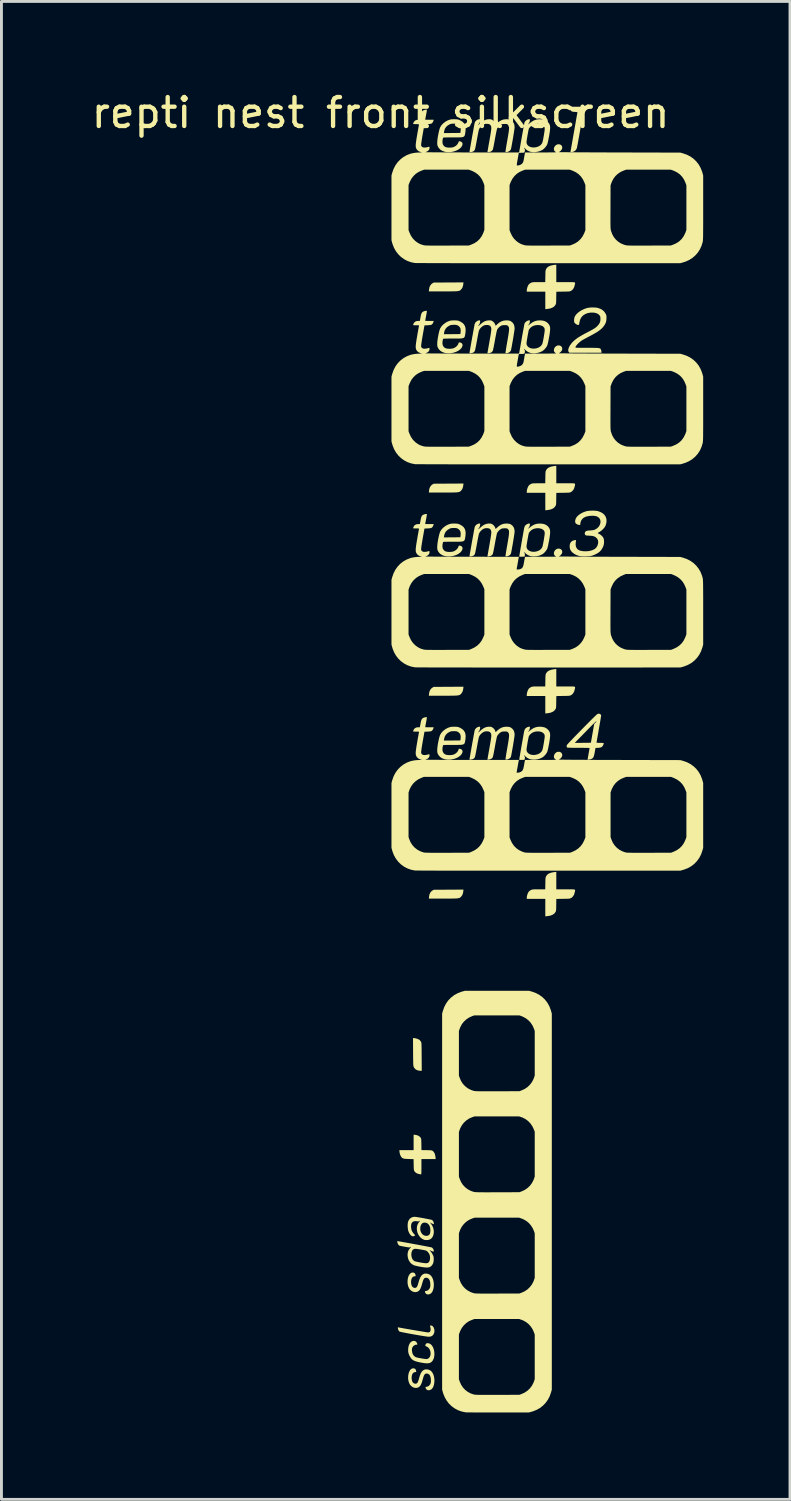
<source format=kicad_pcb>
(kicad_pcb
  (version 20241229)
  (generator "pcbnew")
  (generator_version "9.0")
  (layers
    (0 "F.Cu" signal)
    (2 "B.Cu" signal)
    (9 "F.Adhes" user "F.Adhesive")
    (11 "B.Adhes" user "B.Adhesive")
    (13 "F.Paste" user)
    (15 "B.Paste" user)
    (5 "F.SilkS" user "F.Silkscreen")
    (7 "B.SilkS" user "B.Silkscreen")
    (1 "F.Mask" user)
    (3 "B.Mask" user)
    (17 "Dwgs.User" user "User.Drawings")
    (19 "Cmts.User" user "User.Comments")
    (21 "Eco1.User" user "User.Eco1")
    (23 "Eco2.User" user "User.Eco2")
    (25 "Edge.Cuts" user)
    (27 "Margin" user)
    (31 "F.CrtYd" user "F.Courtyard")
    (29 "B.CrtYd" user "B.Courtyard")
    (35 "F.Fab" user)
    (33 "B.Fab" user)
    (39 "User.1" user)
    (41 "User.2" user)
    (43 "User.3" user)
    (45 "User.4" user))
  (footprint "repti nest front silkscreen"
    (layer "F.Cu")
    (at 10.101 1.348)
    (property "Reference" "repti nest front silkscreen" (at 0 -0.5 0) (unlocked yes) (layer "F.SilkS") (effects (font (size 1 1) (thickness 0.15))))
    (attr smd)
    (fp_poly (pts (xy 2.857 5.413) (xy 2.846 5.481) (xy 2.827 5.536) (xy 2.799 5.582) (xy 2.788 5.595) (xy 2.773 5.611) (xy 2.76 5.625) (xy 2.745 5.636) (xy 2.727 5.645) (xy 2.704 5.653) (xy 2.676 5.658) (xy 2.639 5.663) (xy 2.592 5.666) (xy 2.534 5.668) (xy 2.463 5.669) (xy 2.377 5.67) (xy 2.274 5.67) (xy 2.157 5.67) (xy 1.667 5.67) (xy 1.673 5.604) (xy 1.686 5.53) (xy 1.714 5.467) (xy 1.755 5.417) (xy 1.784 5.395) (xy 1.833 5.365) (xy 2.348 5.362) (xy 2.863 5.359)) (stroke (width 0) (type solid)) (fill yes) (layer "F.SilkS"))
    (fp_poly (pts (xy 2.857 12.363) (xy 2.846 12.431) (xy 2.827 12.486) (xy 2.799 12.532) (xy 2.788 12.545) (xy 2.773 12.561) (xy 2.76 12.575) (xy 2.745 12.586) (xy 2.727 12.595) (xy 2.704 12.603) (xy 2.676 12.608) (xy 2.639 12.613) (xy 2.592 12.616) (xy 2.534 12.618) (xy 2.463 12.619) (xy 2.377 12.62) (xy 2.274 12.62) (xy 2.157 12.62) (xy 1.667 12.62) (xy 1.673 12.554) (xy 1.686 12.48) (xy 1.714 12.417) (xy 1.755 12.367) (xy 1.784 12.345) (xy 1.833 12.315) (xy 2.348 12.312) (xy 2.863 12.309)) (stroke (width 0) (type solid)) (fill yes) (layer "F.SilkS"))
    (fp_poly (pts (xy 2.857 19.383) (xy 2.846 19.451) (xy 2.827 19.506) (xy 2.799 19.552) (xy 2.788 19.565) (xy 2.773 19.581) (xy 2.76 19.595) (xy 2.745 19.606) (xy 2.727 19.615) (xy 2.704 19.623) (xy 2.676 19.628) (xy 2.639 19.633) (xy 2.592 19.636) (xy 2.534 19.638) (xy 2.463 19.639) (xy 2.377 19.64) (xy 2.274 19.64) (xy 2.157 19.64) (xy 1.667 19.64) (xy 1.673 19.574) (xy 1.686 19.5) (xy 1.714 19.437) (xy 1.755 19.387) (xy 1.784 19.365) (xy 1.833 19.335) (xy 2.348 19.332) (xy 2.863 19.329)) (stroke (width 0) (type solid)) (fill yes) (layer "F.SilkS"))
    (fp_poly (pts (xy 2.857 26.393) (xy 2.846 26.461) (xy 2.827 26.516) (xy 2.799 26.562) (xy 2.788 26.575) (xy 2.773 26.591) (xy 2.76 26.605) (xy 2.745 26.616) (xy 2.727 26.625) (xy 2.704 26.633) (xy 2.676 26.638) (xy 2.639 26.643) (xy 2.592 26.646) (xy 2.534 26.648) (xy 2.463 26.649) (xy 2.377 26.65) (xy 2.274 26.65) (xy 2.157 26.65) (xy 1.667 26.65) (xy 1.673 26.584) (xy 1.686 26.51) (xy 1.714 26.447) (xy 1.755 26.397) (xy 1.784 26.375) (xy 1.833 26.345) (xy 2.348 26.342) (xy 2.863 26.339)) (stroke (width 0) (type solid)) (fill yes) (layer "F.SilkS"))
    (fp_poly (pts (xy 1.147 31.47) (xy 1.193 31.475) (xy 1.245 31.488) (xy 1.295 31.505) (xy 1.33 31.524) (xy 1.36 31.55) (xy 1.387 31.583) (xy 1.392 31.593) (xy 1.398 31.603) (xy 1.402 31.613) (xy 1.405 31.625) (xy 1.408 31.641) (xy 1.411 31.663) (xy 1.413 31.692) (xy 1.414 31.73) (xy 1.415 31.779) (xy 1.416 31.841) (xy 1.417 31.918) (xy 1.417 32.011) (xy 1.418 32.117) (xy 1.421 32.6) (xy 1.373 32.6) (xy 1.334 32.596) (xy 1.291 32.587) (xy 1.272 32.581) (xy 1.218 32.556) (xy 1.179 32.522) (xy 1.148 32.475) (xy 1.146 32.47) (xy 1.141 32.459) (xy 1.137 32.447) (xy 1.134 32.433) (xy 1.131 32.415) (xy 1.129 32.39) (xy 1.127 32.358) (xy 1.126 32.315) (xy 1.125 32.261) (xy 1.124 32.194) (xy 1.123 32.111) (xy 1.122 32.011) (xy 1.122 31.948) (xy 1.119 31.47)) (stroke (width 0) (type solid)) (fill yes) (layer "F.SilkS"))
    (fp_poly (pts (xy 1.778 41.409) (xy 1.808 41.435) (xy 1.833 41.472) (xy 1.851 41.519) (xy 1.859 41.57) (xy 1.857 41.623) (xy 1.848 41.661) (xy 1.821 41.717) (xy 1.783 41.756) (xy 1.733 41.78) (xy 1.67 41.789) (xy 1.658 41.789) (xy 1.635 41.787) (xy 1.595 41.782) (xy 1.54 41.774) (xy 1.472 41.763) (xy 1.393 41.751) (xy 1.307 41.736) (xy 1.214 41.72) (xy 1.135 41.706) (xy 1.041 41.689) (xy 0.952 41.673) (xy 0.871 41.657) (xy 0.8 41.643) (xy 0.74 41.631) (xy 0.694 41.621) (xy 0.664 41.614) (xy 0.652 41.61) (xy 0.627 41.582) (xy 0.607 41.54) (xy 0.597 41.497) (xy 0.594 41.473) (xy 0.598 41.464) (xy 0.611 41.464) (xy 0.613 41.465) (xy 0.638 41.47) (xy 0.679 41.478) (xy 0.733 41.488) (xy 0.799 41.5) (xy 0.874 41.513) (xy 0.956 41.527) (xy 1.042 41.542) (xy 1.131 41.557) (xy 1.219 41.572) (xy 1.305 41.587) (xy 1.386 41.6) (xy 1.46 41.612) (xy 1.524 41.623) (xy 1.576 41.631) (xy 1.614 41.637) (xy 1.636 41.64) (xy 1.639 41.64) (xy 1.68 41.634) (xy 1.708 41.614) (xy 1.723 41.578) (xy 1.727 41.553) (xy 1.726 41.494) (xy 1.717 41.457) (xy 1.708 41.425) (xy 1.708 41.408) (xy 1.721 41.401) (xy 1.743 41.4)) (stroke (width 0) (type solid)) (fill yes) (layer "F.SilkS"))
    (fp_poly (pts (xy 1.199 34.813) (xy 1.261 34.826) (xy 1.318 34.851) (xy 1.363 34.887) (xy 1.38 34.907) (xy 1.389 34.92) (xy 1.395 34.933) (xy 1.4 34.95) (xy 1.403 34.972) (xy 1.405 35.004) (xy 1.406 35.049) (xy 1.408 35.108) (xy 1.408 35.141) (xy 1.411 35.339) (xy 1.59 35.342) (xy 1.655 35.343) (xy 1.703 35.345) (xy 1.737 35.347) (xy 1.761 35.35) (xy 1.777 35.355) (xy 1.79 35.361) (xy 1.797 35.366) (xy 1.835 35.402) (xy 1.864 35.449) (xy 1.883 35.507) (xy 1.896 35.582) (xy 1.896 35.587) (xy 1.903 35.65) (xy 1.41 35.65) (xy 1.41 35.915) (xy 1.41 35.985) (xy 1.409 36.049) (xy 1.408 36.102) (xy 1.406 36.143) (xy 1.404 36.17) (xy 1.403 36.179) (xy 1.389 36.177) (xy 1.363 36.173) (xy 1.335 36.169) (xy 1.272 36.152) (xy 1.219 36.124) (xy 1.179 36.085) (xy 1.166 36.065) (xy 1.158 36.049) (xy 1.153 36.031) (xy 1.149 36.008) (xy 1.146 35.976) (xy 1.144 35.933) (xy 1.143 35.875) (xy 1.142 35.839) (xy 1.139 35.652) (xy 0.977 35.648) (xy 0.904 35.645) (xy 0.849 35.641) (xy 0.807 35.635) (xy 0.775 35.626) (xy 0.75 35.613) (xy 0.73 35.596) (xy 0.723 35.589) (xy 0.694 35.546) (xy 0.671 35.49) (xy 0.656 35.428) (xy 0.653 35.405) (xy 0.647 35.34) (xy 1.14 35.34) (xy 1.14 34.807)) (stroke (width 0) (type solid)) (fill yes) (layer "F.SilkS"))
    (fp_poly (pts (xy 6.829 -0.71) (xy 6.882 -0.709) (xy 6.921 -0.708) (xy 6.948 -0.706) (xy 6.967 -0.703) (xy 6.98 -0.698) (xy 6.99 -0.692) (xy 6.994 -0.689) (xy 7.016 -0.662) (xy 7.02 -0.641) (xy 7.018 -0.627) (xy 7.013 -0.595) (xy 7.006 -0.547) (xy 6.995 -0.485) (xy 6.983 -0.412) (xy 6.969 -0.329) (xy 6.953 -0.238) (xy 6.936 -0.142) (xy 6.919 -0.042) (xy 6.901 0.059) (xy 6.883 0.16) (xy 6.866 0.259) (xy 6.849 0.353) (xy 6.833 0.441) (xy 6.819 0.521) (xy 6.806 0.59) (xy 6.795 0.647) (xy 6.787 0.689) (xy 6.782 0.715) (xy 6.78 0.721) (xy 6.755 0.774) (xy 6.715 0.815) (xy 6.689 0.83) (xy 6.66 0.842) (xy 6.627 0.852) (xy 6.596 0.858) (xy 6.572 0.859) (xy 6.56 0.855) (xy 6.56 0.853) (xy 6.562 0.842) (xy 6.567 0.813) (xy 6.574 0.767) (xy 6.585 0.706) (xy 6.598 0.633) (xy 6.613 0.547) (xy 6.63 0.452) (xy 6.648 0.348) (xy 6.667 0.238) (xy 6.68 0.166) (xy 6.7 0.052) (xy 6.719 -0.056) (xy 6.737 -0.156) (xy 6.753 -0.248) (xy 6.767 -0.329) (xy 6.779 -0.398) (xy 6.789 -0.453) (xy 6.796 -0.492) (xy 6.799 -0.515) (xy 6.8 -0.519) (xy 6.791 -0.523) (xy 6.766 -0.527) (xy 6.73 -0.531) (xy 6.71 -0.532) (xy 6.661 -0.535) (xy 6.628 -0.541) (xy 6.605 -0.549) (xy 6.592 -0.556) (xy 6.568 -0.584) (xy 6.55 -0.622) (xy 6.542 -0.661) (xy 6.544 -0.683) (xy 6.55 -0.71) (xy 6.759 -0.71)) (stroke (width 0) (type solid)) (fill yes) (layer "F.SilkS"))
    (fp_poly (pts (xy 6.07 5.35) (xy 6.395 5.35) (xy 6.486 5.35) (xy 6.559 5.35) (xy 6.615 5.35) (xy 6.657 5.352) (xy 6.687 5.355) (xy 6.706 5.361) (xy 6.717 5.37) (xy 6.72 5.382) (xy 6.719 5.398) (xy 6.715 5.418) (xy 6.709 5.444) (xy 6.709 5.445) (xy 6.688 5.522) (xy 6.655 5.584) (xy 6.61 5.631) (xy 6.575 5.653) (xy 6.561 5.66) (xy 6.546 5.666) (xy 6.526 5.67) (xy 6.5 5.673) (xy 6.465 5.675) (xy 6.416 5.676) (xy 6.353 5.678) (xy 6.303 5.678) (xy 6.071 5.682) (xy 6.068 5.888) (xy 6.067 5.958) (xy 6.066 6.01) (xy 6.064 6.049) (xy 6.062 6.077) (xy 6.058 6.097) (xy 6.052 6.114) (xy 6.045 6.129) (xy 6.037 6.142) (xy 5.997 6.191) (xy 5.941 6.229) (xy 5.869 6.257) (xy 5.779 6.274) (xy 5.761 6.276) (xy 5.69 6.283) (xy 5.69 5.68) (xy 5.05 5.68) (xy 5.05 5.636) (xy 5.055 5.586) (xy 5.07 5.531) (xy 5.09 5.478) (xy 5.114 5.436) (xy 5.115 5.434) (xy 5.141 5.408) (xy 5.176 5.384) (xy 5.194 5.374) (xy 5.211 5.366) (xy 5.228 5.36) (xy 5.248 5.356) (xy 5.272 5.353) (xy 5.305 5.351) (xy 5.35 5.351) (xy 5.409 5.35) (xy 5.467 5.35) (xy 5.688 5.35) (xy 5.692 5.147) (xy 5.693 5.078) (xy 5.694 5.026) (xy 5.696 4.986) (xy 5.699 4.958) (xy 5.703 4.936) (xy 5.709 4.918) (xy 5.717 4.901) (xy 5.719 4.896) (xy 5.754 4.847) (xy 5.806 4.808) (xy 5.874 4.779) (xy 5.96 4.76) (xy 6.003 4.754) (xy 6.07 4.748)) (stroke (width 0) (type solid)) (fill yes) (layer "F.SilkS"))
    (fp_poly (pts (xy 6.07 12.3) (xy 6.395 12.3) (xy 6.486 12.3) (xy 6.559 12.3) (xy 6.615 12.3) (xy 6.657 12.302) (xy 6.687 12.305) (xy 6.706 12.311) (xy 6.717 12.32) (xy 6.72 12.332) (xy 6.719 12.348) (xy 6.715 12.368) (xy 6.709 12.394) (xy 6.709 12.395) (xy 6.688 12.472) (xy 6.655 12.534) (xy 6.61 12.581) (xy 6.575 12.603) (xy 6.561 12.61) (xy 6.546 12.616) (xy 6.526 12.62) (xy 6.5 12.623) (xy 6.465 12.625) (xy 6.416 12.626) (xy 6.353 12.628) (xy 6.303 12.628) (xy 6.071 12.632) (xy 6.068 12.838) (xy 6.067 12.908) (xy 6.066 12.96) (xy 6.064 12.999) (xy 6.062 13.027) (xy 6.058 13.047) (xy 6.052 13.064) (xy 6.045 13.079) (xy 6.037 13.092) (xy 5.997 13.141) (xy 5.941 13.179) (xy 5.869 13.207) (xy 5.779 13.224) (xy 5.761 13.226) (xy 5.69 13.233) (xy 5.69 12.63) (xy 5.05 12.63) (xy 5.05 12.586) (xy 5.055 12.536) (xy 5.07 12.481) (xy 5.09 12.428) (xy 5.114 12.386) (xy 5.115 12.384) (xy 5.141 12.358) (xy 5.176 12.334) (xy 5.194 12.324) (xy 5.211 12.316) (xy 5.228 12.31) (xy 5.248 12.306) (xy 5.272 12.303) (xy 5.305 12.301) (xy 5.35 12.301) (xy 5.409 12.3) (xy 5.467 12.3) (xy 5.688 12.3) (xy 5.692 12.098) (xy 5.693 12.028) (xy 5.694 11.976) (xy 5.696 11.936) (xy 5.699 11.908) (xy 5.703 11.886) (xy 5.709 11.868) (xy 5.717 11.851) (xy 5.719 11.846) (xy 5.754 11.797) (xy 5.806 11.758) (xy 5.874 11.729) (xy 5.96 11.71) (xy 6.003 11.704) (xy 6.07 11.698)) (stroke (width 0) (type solid)) (fill yes) (layer "F.SilkS"))
    (fp_poly (pts (xy 6.07 19.32) (xy 6.395 19.32) (xy 6.486 19.32) (xy 6.559 19.32) (xy 6.615 19.32) (xy 6.657 19.322) (xy 6.687 19.325) (xy 6.706 19.331) (xy 6.717 19.34) (xy 6.72 19.352) (xy 6.719 19.368) (xy 6.715 19.388) (xy 6.709 19.414) (xy 6.709 19.415) (xy 6.688 19.492) (xy 6.655 19.554) (xy 6.61 19.601) (xy 6.575 19.623) (xy 6.561 19.63) (xy 6.546 19.636) (xy 6.526 19.64) (xy 6.5 19.643) (xy 6.465 19.645) (xy 6.416 19.646) (xy 6.353 19.648) (xy 6.303 19.648) (xy 6.071 19.652) (xy 6.068 19.858) (xy 6.067 19.928) (xy 6.066 19.98) (xy 6.064 20.019) (xy 6.062 20.047) (xy 6.058 20.067) (xy 6.052 20.084) (xy 6.045 20.099) (xy 6.037 20.112) (xy 5.997 20.161) (xy 5.941 20.199) (xy 5.869 20.227) (xy 5.779 20.244) (xy 5.761 20.246) (xy 5.69 20.253) (xy 5.69 19.65) (xy 5.05 19.65) (xy 5.05 19.606) (xy 5.055 19.556) (xy 5.07 19.501) (xy 5.09 19.448) (xy 5.114 19.406) (xy 5.115 19.404) (xy 5.141 19.378) (xy 5.176 19.354) (xy 5.194 19.344) (xy 5.211 19.336) (xy 5.228 19.33) (xy 5.248 19.326) (xy 5.272 19.323) (xy 5.305 19.321) (xy 5.35 19.321) (xy 5.409 19.32) (xy 5.467 19.32) (xy 5.688 19.32) (xy 5.692 19.117) (xy 5.693 19.048) (xy 5.694 18.996) (xy 5.696 18.956) (xy 5.699 18.928) (xy 5.703 18.906) (xy 5.709 18.888) (xy 5.717 18.871) (xy 5.719 18.866) (xy 5.754 18.817) (xy 5.806 18.778) (xy 5.874 18.749) (xy 5.96 18.73) (xy 6.003 18.724) (xy 6.07 18.718)) (stroke (width 0) (type solid)) (fill yes) (layer "F.SilkS"))
    (fp_poly (pts (xy 6.07 26.33) (xy 6.395 26.33) (xy 6.486 26.33) (xy 6.559 26.33) (xy 6.615 26.33) (xy 6.657 26.332) (xy 6.687 26.335) (xy 6.706 26.341) (xy 6.717 26.35) (xy 6.72 26.362) (xy 6.719 26.378) (xy 6.715 26.398) (xy 6.709 26.424) (xy 6.709 26.425) (xy 6.688 26.502) (xy 6.655 26.564) (xy 6.61 26.611) (xy 6.575 26.633) (xy 6.561 26.64) (xy 6.546 26.646) (xy 6.526 26.65) (xy 6.5 26.653) (xy 6.465 26.655) (xy 6.416 26.656) (xy 6.353 26.658) (xy 6.303 26.658) (xy 6.071 26.662) (xy 6.068 26.868) (xy 6.067 26.938) (xy 6.066 26.99) (xy 6.064 27.029) (xy 6.062 27.057) (xy 6.058 27.077) (xy 6.052 27.094) (xy 6.045 27.109) (xy 6.037 27.122) (xy 5.997 27.171) (xy 5.941 27.209) (xy 5.869 27.237) (xy 5.779 27.254) (xy 5.761 27.256) (xy 5.69 27.263) (xy 5.69 26.66) (xy 5.05 26.66) (xy 5.05 26.616) (xy 5.055 26.566) (xy 5.07 26.511) (xy 5.09 26.458) (xy 5.114 26.416) (xy 5.115 26.414) (xy 5.141 26.388) (xy 5.176 26.364) (xy 5.194 26.354) (xy 5.211 26.346) (xy 5.228 26.34) (xy 5.248 26.336) (xy 5.272 26.333) (xy 5.305 26.331) (xy 5.35 26.331) (xy 5.409 26.33) (xy 5.467 26.33) (xy 5.688 26.33) (xy 5.692 26.128) (xy 5.693 26.058) (xy 5.694 26.006) (xy 5.696 25.966) (xy 5.699 25.938) (xy 5.703 25.916) (xy 5.709 25.898) (xy 5.717 25.881) (xy 5.719 25.876) (xy 5.754 25.827) (xy 5.806 25.788) (xy 5.874 25.759) (xy 5.96 25.74) (xy 6.003 25.734) (xy 6.07 25.728)) (stroke (width 0) (type solid)) (fill yes) (layer "F.SilkS"))
    (fp_poly (pts (xy 1.193 41.94) (xy 1.229 41.964) (xy 1.255 42.004) (xy 1.256 42.006) (xy 1.268 42.039) (xy 1.268 42.057) (xy 1.257 42.063) (xy 1.242 42.063) (xy 1.205 42.067) (xy 1.165 42.085) (xy 1.128 42.114) (xy 1.102 42.15) (xy 1.089 42.178) (xy 1.083 42.204) (xy 1.081 42.237) (xy 1.083 42.27) (xy 1.094 42.344) (xy 1.12 42.407) (xy 1.159 42.456) (xy 1.21 42.492) (xy 1.262 42.509) (xy 1.329 42.522) (xy 1.396 42.534) (xy 1.459 42.545) (xy 1.512 42.553) (xy 1.554 42.558) (xy 1.58 42.56) (xy 1.58 42.56) (xy 1.628 42.551) (xy 1.668 42.524) (xy 1.7 42.483) (xy 1.721 42.43) (xy 1.727 42.392) (xy 1.725 42.322) (xy 1.709 42.257) (xy 1.679 42.201) (xy 1.637 42.155) (xy 1.586 42.125) (xy 1.584 42.124) (xy 1.557 42.113) (xy 1.545 42.102) (xy 1.543 42.089) (xy 1.545 42.081) (xy 1.56 42.041) (xy 1.581 42.019) (xy 1.613 42.01) (xy 1.62 42.01) (xy 1.678 42.019) (xy 1.73 42.047) (xy 1.774 42.093) (xy 1.81 42.153) (xy 1.838 42.228) (xy 1.854 42.307) (xy 1.859 42.388) (xy 1.852 42.467) (xy 1.835 42.539) (xy 1.807 42.601) (xy 1.774 42.644) (xy 1.743 42.671) (xy 1.709 42.69) (xy 1.669 42.702) (xy 1.622 42.707) (xy 1.564 42.706) (xy 1.492 42.698) (xy 1.405 42.683) (xy 1.38 42.679) (xy 1.292 42.66) (xy 1.221 42.641) (xy 1.164 42.619) (xy 1.119 42.595) (xy 1.081 42.565) (xy 1.063 42.546) (xy 1.023 42.491) (xy 0.988 42.427) (xy 0.964 42.363) (xy 0.961 42.349) (xy 0.951 42.279) (xy 0.952 42.205) (xy 0.962 42.132) (xy 0.982 42.066) (xy 1.009 42.013) (xy 1.019 41.999) (xy 1.061 41.96) (xy 1.105 41.938) (xy 1.151 41.931)) (stroke (width 0) (type solid)) (fill yes) (layer "F.SilkS"))
    (fp_poly (pts (xy 1.132 39.573) (xy 1.157 39.579) (xy 1.161 39.58) (xy 1.183 39.601) (xy 1.2 39.633) (xy 1.21 39.667) (xy 1.21 39.675) (xy 1.207 39.692) (xy 1.196 39.699) (xy 1.176 39.7) (xy 1.134 39.709) (xy 1.099 39.735) (xy 1.073 39.776) (xy 1.057 39.831) (xy 1.051 39.896) (xy 1.052 39.918) (xy 1.062 39.987) (xy 1.082 40.041) (xy 1.113 40.078) (xy 1.154 40.098) (xy 1.186 40.102) (xy 1.218 40.096) (xy 1.244 40.078) (xy 1.265 40.046) (xy 1.285 39.996) (xy 1.29 39.977) (xy 1.304 39.93) (xy 1.32 39.876) (xy 1.335 39.825) (xy 1.336 39.823) (xy 1.366 39.746) (xy 1.404 39.684) (xy 1.45 39.639) (xy 1.503 39.612) (xy 1.529 39.606) (xy 1.587 39.606) (xy 1.647 39.62) (xy 1.702 39.646) (xy 1.713 39.654) (xy 1.756 39.699) (xy 1.791 39.758) (xy 1.817 39.828) (xy 1.833 39.905) (xy 1.839 39.986) (xy 1.835 40.067) (xy 1.821 40.144) (xy 1.796 40.214) (xy 1.775 40.252) (xy 1.74 40.29) (xy 1.697 40.316) (xy 1.65 40.328) (xy 1.605 40.324) (xy 1.595 40.321) (xy 1.562 40.297) (xy 1.539 40.26) (xy 1.534 40.242) (xy 1.531 40.22) (xy 1.537 40.211) (xy 1.554 40.21) (xy 1.603 40.201) (xy 1.648 40.174) (xy 1.684 40.135) (xy 1.709 40.085) (xy 1.711 40.077) (xy 1.716 40.044) (xy 1.718 40) (xy 1.717 39.955) (xy 1.707 39.881) (xy 1.687 39.824) (xy 1.657 39.782) (xy 1.618 39.757) (xy 1.576 39.75) (xy 1.547 39.752) (xy 1.523 39.761) (xy 1.503 39.778) (xy 1.485 39.806) (xy 1.467 39.847) (xy 1.449 39.903) (xy 1.43 39.97) (xy 1.407 40.049) (xy 1.383 40.111) (xy 1.359 40.158) (xy 1.331 40.193) (xy 1.299 40.219) (xy 1.268 40.235) (xy 1.212 40.248) (xy 1.153 40.243) (xy 1.096 40.223) (xy 1.044 40.188) (xy 0.999 40.14) (xy 0.976 40.101) (xy 0.951 40.037) (xy 0.935 39.969) (xy 0.93 39.898) (xy 0.933 39.828) (xy 0.944 39.761) (xy 0.962 39.7) (xy 0.988 39.648) (xy 1.02 39.607) (xy 1.057 39.58) (xy 1.099 39.57) (xy 1.101 39.57)) (stroke (width 0) (type solid)) (fill yes) (layer "F.SilkS"))
    (fp_poly (pts (xy 1.152 42.883) (xy 1.177 42.889) (xy 1.181 42.89) (xy 1.203 42.911) (xy 1.22 42.943) (xy 1.23 42.977) (xy 1.23 42.985) (xy 1.227 43.002) (xy 1.216 43.009) (xy 1.196 43.01) (xy 1.154 43.019) (xy 1.119 43.045) (xy 1.093 43.086) (xy 1.077 43.141) (xy 1.071 43.206) (xy 1.072 43.228) (xy 1.082 43.297) (xy 1.102 43.351) (xy 1.133 43.388) (xy 1.174 43.408) (xy 1.206 43.412) (xy 1.238 43.406) (xy 1.264 43.388) (xy 1.285 43.356) (xy 1.305 43.306) (xy 1.31 43.287) (xy 1.324 43.24) (xy 1.34 43.186) (xy 1.355 43.135) (xy 1.356 43.133) (xy 1.386 43.056) (xy 1.424 42.994) (xy 1.47 42.949) (xy 1.523 42.922) (xy 1.549 42.916) (xy 1.607 42.916) (xy 1.667 42.93) (xy 1.722 42.956) (xy 1.733 42.964) (xy 1.776 43.009) (xy 1.811 43.068) (xy 1.837 43.138) (xy 1.853 43.215) (xy 1.859 43.296) (xy 1.855 43.377) (xy 1.841 43.454) (xy 1.816 43.524) (xy 1.795 43.562) (xy 1.76 43.6) (xy 1.717 43.626) (xy 1.67 43.638) (xy 1.625 43.634) (xy 1.615 43.631) (xy 1.582 43.607) (xy 1.559 43.57) (xy 1.554 43.552) (xy 1.551 43.53) (xy 1.557 43.521) (xy 1.574 43.52) (xy 1.623 43.511) (xy 1.668 43.484) (xy 1.704 43.445) (xy 1.729 43.395) (xy 1.731 43.387) (xy 1.736 43.354) (xy 1.738 43.31) (xy 1.737 43.265) (xy 1.727 43.191) (xy 1.707 43.134) (xy 1.677 43.092) (xy 1.638 43.067) (xy 1.596 43.06) (xy 1.567 43.062) (xy 1.543 43.071) (xy 1.523 43.088) (xy 1.505 43.116) (xy 1.487 43.157) (xy 1.469 43.213) (xy 1.45 43.28) (xy 1.427 43.359) (xy 1.403 43.421) (xy 1.379 43.468) (xy 1.351 43.503) (xy 1.319 43.529) (xy 1.288 43.545) (xy 1.232 43.558) (xy 1.173 43.553) (xy 1.116 43.533) (xy 1.064 43.498) (xy 1.019 43.45) (xy 0.996 43.411) (xy 0.971 43.347) (xy 0.955 43.279) (xy 0.95 43.208) (xy 0.953 43.138) (xy 0.964 43.071) (xy 0.982 43.01) (xy 1.008 42.958) (xy 1.04 42.917) (xy 1.077 42.89) (xy 1.119 42.88) (xy 1.121 42.88)) (stroke (width 0) (type solid)) (fill yes) (layer "F.SilkS"))
    (fp_poly (pts (xy 2.575 -0.278) (xy 2.624 -0.276) (xy 2.659 -0.272) (xy 2.689 -0.265) (xy 2.72 -0.253) (xy 2.753 -0.237) (xy 2.821 -0.196) (xy 2.873 -0.148) (xy 2.909 -0.091) (xy 2.931 -0.023) (xy 2.938 0.056) (xy 2.931 0.148) (xy 2.926 0.184) (xy 2.919 0.225) (xy 2.912 0.259) (xy 2.904 0.286) (xy 2.892 0.307) (xy 2.874 0.323) (xy 2.849 0.334) (xy 2.815 0.342) (xy 2.769 0.347) (xy 2.71 0.349) (xy 2.636 0.35) (xy 2.545 0.35) (xy 2.492 0.35) (xy 2.401 0.35) (xy 2.329 0.35) (xy 2.273 0.351) (xy 2.23 0.352) (xy 2.2 0.353) (xy 2.179 0.355) (xy 2.167 0.358) (xy 2.16 0.362) (xy 2.157 0.367) (xy 2.156 0.367) (xy 2.138 0.45) (xy 2.136 0.522) (xy 2.148 0.584) (xy 2.176 0.633) (xy 2.217 0.67) (xy 2.266 0.691) (xy 2.325 0.701) (xy 2.392 0.703) (xy 2.461 0.698) (xy 2.514 0.686) (xy 2.565 0.663) (xy 2.614 0.628) (xy 2.655 0.584) (xy 2.683 0.538) (xy 2.688 0.522) (xy 2.697 0.496) (xy 2.709 0.484) (xy 2.728 0.482) (xy 2.76 0.49) (xy 2.762 0.49) (xy 2.8 0.509) (xy 2.823 0.538) (xy 2.831 0.575) (xy 2.824 0.617) (xy 2.802 0.663) (xy 2.765 0.708) (xy 2.748 0.725) (xy 2.681 0.773) (xy 2.601 0.812) (xy 2.511 0.84) (xy 2.418 0.857) (xy 2.325 0.86) (xy 2.237 0.85) (xy 2.212 0.844) (xy 2.129 0.814) (xy 2.061 0.771) (xy 2.009 0.715) (xy 1.983 0.672) (xy 1.969 0.642) (xy 1.961 0.614) (xy 1.957 0.584) (xy 1.956 0.543) (xy 1.956 0.525) (xy 1.959 0.469) (xy 1.966 0.403) (xy 1.977 0.329) (xy 1.991 0.253) (xy 2.002 0.2) (xy 2.187 0.2) (xy 2.471 0.198) (xy 2.755 0.195) (xy 2.764 0.129) (xy 2.768 0.057) (xy 2.757 -0.001) (xy 2.732 -0.049) (xy 2.691 -0.087) (xy 2.67 -0.1) (xy 2.645 -0.112) (xy 2.622 -0.12) (xy 2.592 -0.124) (xy 2.552 -0.125) (xy 2.53 -0.125) (xy 2.481 -0.124) (xy 2.446 -0.121) (xy 2.417 -0.114) (xy 2.388 -0.103) (xy 2.38 -0.099) (xy 2.309 -0.056) (xy 2.254 -0.002) (xy 2.216 0.063) (xy 2.195 0.138) (xy 2.194 0.148) (xy 2.187 0.2) (xy 2.002 0.2) (xy 2.006 0.179) (xy 2.022 0.11) (xy 2.039 0.051) (xy 2.055 0.006) (xy 2.061 -0.006) (xy 2.106 -0.076) (xy 2.168 -0.14) (xy 2.24 -0.195) (xy 2.321 -0.239) (xy 2.405 -0.268) (xy 2.418 -0.271) (xy 2.453 -0.275) (xy 2.5 -0.278) (xy 2.551 -0.279)) (stroke (width 0) (type solid)) (fill yes) (layer "F.SilkS"))
    (fp_poly (pts (xy 2.575 6.672) (xy 2.624 6.674) (xy 2.659 6.678) (xy 2.689 6.685) (xy 2.72 6.697) (xy 2.753 6.713) (xy 2.821 6.754) (xy 2.873 6.802) (xy 2.909 6.859) (xy 2.931 6.927) (xy 2.938 7.006) (xy 2.931 7.098) (xy 2.926 7.134) (xy 2.919 7.175) (xy 2.912 7.209) (xy 2.904 7.236) (xy 2.892 7.257) (xy 2.874 7.273) (xy 2.849 7.284) (xy 2.815 7.292) (xy 2.769 7.297) (xy 2.71 7.299) (xy 2.636 7.3) (xy 2.545 7.3) (xy 2.492 7.3) (xy 2.401 7.3) (xy 2.329 7.3) (xy 2.273 7.301) (xy 2.23 7.302) (xy 2.2 7.303) (xy 2.179 7.305) (xy 2.167 7.308) (xy 2.16 7.312) (xy 2.157 7.317) (xy 2.156 7.317) (xy 2.138 7.4) (xy 2.136 7.472) (xy 2.148 7.534) (xy 2.176 7.583) (xy 2.217 7.62) (xy 2.266 7.641) (xy 2.325 7.651) (xy 2.392 7.653) (xy 2.461 7.648) (xy 2.514 7.636) (xy 2.565 7.613) (xy 2.614 7.578) (xy 2.655 7.534) (xy 2.683 7.488) (xy 2.688 7.473) (xy 2.697 7.446) (xy 2.709 7.434) (xy 2.728 7.432) (xy 2.76 7.44) (xy 2.762 7.44) (xy 2.8 7.459) (xy 2.823 7.488) (xy 2.831 7.525) (xy 2.824 7.567) (xy 2.802 7.613) (xy 2.765 7.658) (xy 2.748 7.675) (xy 2.681 7.723) (xy 2.601 7.762) (xy 2.511 7.79) (xy 2.418 7.807) (xy 2.325 7.81) (xy 2.237 7.8) (xy 2.212 7.794) (xy 2.129 7.764) (xy 2.061 7.721) (xy 2.009 7.665) (xy 1.983 7.622) (xy 1.969 7.592) (xy 1.961 7.564) (xy 1.957 7.534) (xy 1.956 7.493) (xy 1.956 7.475) (xy 1.959 7.419) (xy 1.966 7.353) (xy 1.977 7.279) (xy 1.991 7.203) (xy 2.002 7.15) (xy 2.187 7.15) (xy 2.471 7.148) (xy 2.755 7.145) (xy 2.764 7.079) (xy 2.768 7.007) (xy 2.757 6.949) (xy 2.732 6.901) (xy 2.691 6.863) (xy 2.67 6.85) (xy 2.645 6.838) (xy 2.622 6.83) (xy 2.592 6.826) (xy 2.552 6.825) (xy 2.53 6.825) (xy 2.481 6.826) (xy 2.446 6.829) (xy 2.417 6.836) (xy 2.388 6.847) (xy 2.38 6.851) (xy 2.309 6.894) (xy 2.254 6.948) (xy 2.216 7.013) (xy 2.195 7.088) (xy 2.194 7.098) (xy 2.187 7.15) (xy 2.002 7.15) (xy 2.006 7.129) (xy 2.022 7.06) (xy 2.039 7.001) (xy 2.055 6.956) (xy 2.061 6.944) (xy 2.106 6.874) (xy 2.168 6.81) (xy 2.24 6.755) (xy 2.321 6.711) (xy 2.405 6.682) (xy 2.418 6.679) (xy 2.453 6.675) (xy 2.5 6.672) (xy 2.551 6.671)) (stroke (width 0) (type solid)) (fill yes) (layer "F.SilkS"))
    (fp_poly (pts (xy 2.575 13.692) (xy 2.624 13.694) (xy 2.659 13.698) (xy 2.689 13.705) (xy 2.72 13.717) (xy 2.753 13.733) (xy 2.821 13.774) (xy 2.873 13.822) (xy 2.909 13.879) (xy 2.931 13.947) (xy 2.938 14.026) (xy 2.931 14.118) (xy 2.926 14.154) (xy 2.919 14.195) (xy 2.912 14.229) (xy 2.904 14.256) (xy 2.892 14.277) (xy 2.874 14.293) (xy 2.849 14.304) (xy 2.815 14.312) (xy 2.769 14.317) (xy 2.71 14.319) (xy 2.636 14.32) (xy 2.545 14.32) (xy 2.492 14.32) (xy 2.401 14.32) (xy 2.329 14.32) (xy 2.273 14.321) (xy 2.23 14.322) (xy 2.2 14.323) (xy 2.179 14.325) (xy 2.167 14.328) (xy 2.16 14.332) (xy 2.157 14.337) (xy 2.156 14.338) (xy 2.138 14.42) (xy 2.136 14.492) (xy 2.148 14.554) (xy 2.176 14.603) (xy 2.217 14.64) (xy 2.266 14.661) (xy 2.325 14.671) (xy 2.392 14.673) (xy 2.461 14.668) (xy 2.514 14.656) (xy 2.565 14.633) (xy 2.614 14.598) (xy 2.655 14.554) (xy 2.683 14.508) (xy 2.688 14.492) (xy 2.697 14.466) (xy 2.709 14.454) (xy 2.728 14.452) (xy 2.76 14.46) (xy 2.762 14.46) (xy 2.8 14.479) (xy 2.823 14.508) (xy 2.831 14.545) (xy 2.824 14.587) (xy 2.802 14.633) (xy 2.765 14.678) (xy 2.748 14.695) (xy 2.681 14.743) (xy 2.601 14.782) (xy 2.511 14.81) (xy 2.418 14.827) (xy 2.325 14.83) (xy 2.237 14.82) (xy 2.212 14.814) (xy 2.129 14.784) (xy 2.061 14.741) (xy 2.009 14.685) (xy 1.983 14.642) (xy 1.969 14.612) (xy 1.961 14.584) (xy 1.957 14.554) (xy 1.956 14.513) (xy 1.956 14.495) (xy 1.959 14.439) (xy 1.966 14.373) (xy 1.977 14.299) (xy 1.991 14.223) (xy 2.002 14.17) (xy 2.187 14.17) (xy 2.471 14.168) (xy 2.755 14.165) (xy 2.764 14.099) (xy 2.768 14.027) (xy 2.757 13.969) (xy 2.732 13.921) (xy 2.691 13.883) (xy 2.67 13.87) (xy 2.645 13.858) (xy 2.622 13.85) (xy 2.592 13.846) (xy 2.552 13.845) (xy 2.53 13.845) (xy 2.481 13.846) (xy 2.446 13.849) (xy 2.417 13.856) (xy 2.388 13.867) (xy 2.38 13.871) (xy 2.309 13.914) (xy 2.254 13.968) (xy 2.216 14.033) (xy 2.195 14.108) (xy 2.194 14.118) (xy 2.187 14.17) (xy 2.002 14.17) (xy 2.006 14.149) (xy 2.022 14.08) (xy 2.039 14.021) (xy 2.055 13.976) (xy 2.061 13.964) (xy 2.106 13.894) (xy 2.168 13.83) (xy 2.24 13.775) (xy 2.321 13.731) (xy 2.405 13.702) (xy 2.418 13.699) (xy 2.453 13.695) (xy 2.5 13.692) (xy 2.551 13.691)) (stroke (width 0) (type solid)) (fill yes) (layer "F.SilkS"))
    (fp_poly (pts (xy 2.575 20.712) (xy 2.624 20.714) (xy 2.659 20.718) (xy 2.689 20.725) (xy 2.72 20.737) (xy 2.753 20.753) (xy 2.821 20.794) (xy 2.873 20.842) (xy 2.909 20.899) (xy 2.931 20.967) (xy 2.938 21.046) (xy 2.931 21.138) (xy 2.926 21.174) (xy 2.919 21.215) (xy 2.912 21.249) (xy 2.904 21.276) (xy 2.892 21.297) (xy 2.874 21.313) (xy 2.849 21.324) (xy 2.815 21.332) (xy 2.769 21.337) (xy 2.71 21.339) (xy 2.636 21.34) (xy 2.545 21.34) (xy 2.492 21.34) (xy 2.401 21.34) (xy 2.329 21.34) (xy 2.273 21.341) (xy 2.23 21.342) (xy 2.2 21.343) (xy 2.179 21.345) (xy 2.167 21.348) (xy 2.16 21.352) (xy 2.157 21.357) (xy 2.156 21.358) (xy 2.138 21.44) (xy 2.136 21.512) (xy 2.148 21.574) (xy 2.176 21.623) (xy 2.217 21.66) (xy 2.266 21.681) (xy 2.325 21.691) (xy 2.392 21.693) (xy 2.461 21.688) (xy 2.514 21.676) (xy 2.565 21.653) (xy 2.614 21.618) (xy 2.655 21.574) (xy 2.683 21.528) (xy 2.688 21.512) (xy 2.697 21.486) (xy 2.709 21.474) (xy 2.728 21.472) (xy 2.76 21.48) (xy 2.762 21.48) (xy 2.8 21.499) (xy 2.823 21.528) (xy 2.831 21.565) (xy 2.824 21.607) (xy 2.802 21.653) (xy 2.765 21.698) (xy 2.748 21.715) (xy 2.681 21.763) (xy 2.601 21.802) (xy 2.511 21.83) (xy 2.418 21.847) (xy 2.325 21.85) (xy 2.237 21.84) (xy 2.212 21.834) (xy 2.129 21.804) (xy 2.061 21.761) (xy 2.009 21.705) (xy 1.983 21.662) (xy 1.969 21.632) (xy 1.961 21.604) (xy 1.957 21.574) (xy 1.956 21.533) (xy 1.956 21.515) (xy 1.959 21.459) (xy 1.966 21.393) (xy 1.977 21.319) (xy 1.991 21.243) (xy 2.002 21.19) (xy 2.187 21.19) (xy 2.471 21.188) (xy 2.755 21.185) (xy 2.764 21.119) (xy 2.768 21.047) (xy 2.757 20.989) (xy 2.732 20.941) (xy 2.691 20.903) (xy 2.67 20.89) (xy 2.645 20.878) (xy 2.622 20.87) (xy 2.592 20.866) (xy 2.552 20.865) (xy 2.53 20.865) (xy 2.481 20.866) (xy 2.446 20.869) (xy 2.417 20.876) (xy 2.388 20.887) (xy 2.38 20.891) (xy 2.309 20.934) (xy 2.254 20.988) (xy 2.216 21.053) (xy 2.195 21.128) (xy 2.194 21.138) (xy 2.187 21.19) (xy 2.002 21.19) (xy 2.006 21.169) (xy 2.022 21.1) (xy 2.039 21.041) (xy 2.055 20.996) (xy 2.061 20.984) (xy 2.106 20.914) (xy 2.168 20.85) (xy 2.24 20.795) (xy 2.321 20.751) (xy 2.405 20.722) (xy 2.418 20.719) (xy 2.453 20.715) (xy 2.5 20.712) (xy 2.551 20.711)) (stroke (width 0) (type solid)) (fill yes) (layer "F.SilkS"))
    (fp_poly (pts (xy 1.183 37.646) (xy 1.212 37.648) (xy 1.249 37.653) (xy 1.297 37.661) (xy 1.359 37.671) (xy 1.438 37.685) (xy 1.467 37.69) (xy 1.542 37.704) (xy 1.61 37.717) (xy 1.671 37.729) (xy 1.72 37.74) (xy 1.756 37.749) (xy 1.776 37.755) (xy 1.777 37.756) (xy 1.811 37.788) (xy 1.831 37.834) (xy 1.836 37.857) (xy 1.842 37.898) (xy 1.805 37.89) (xy 1.773 37.878) (xy 1.746 37.861) (xy 1.744 37.859) (xy 1.724 37.844) (xy 1.715 37.843) (xy 1.717 37.854) (xy 1.731 37.875) (xy 1.739 37.885) (xy 1.785 37.953) (xy 1.818 38.031) (xy 1.836 38.116) (xy 1.837 38.195) (xy 1.823 38.274) (xy 1.796 38.339) (xy 1.757 38.39) (xy 1.705 38.426) (xy 1.643 38.445) (xy 1.595 38.449) (xy 1.558 38.447) (xy 1.525 38.444) (xy 1.51 38.441) (xy 1.441 38.41) (xy 1.382 38.365) (xy 1.333 38.308) (xy 1.294 38.242) (xy 1.267 38.17) (xy 1.253 38.094) (xy 1.252 38.072) (xy 1.369 38.072) (xy 1.378 38.133) (xy 1.394 38.175) (xy 1.424 38.224) (xy 1.462 38.264) (xy 1.505 38.289) (xy 1.527 38.295) (xy 1.554 38.3) (xy 1.573 38.304) (xy 1.575 38.304) (xy 1.599 38.304) (xy 1.63 38.295) (xy 1.659 38.282) (xy 1.672 38.273) (xy 1.697 38.242) (xy 1.712 38.199) (xy 1.719 38.141) (xy 1.72 38.112) (xy 1.713 38.029) (xy 1.692 37.961) (xy 1.657 37.906) (xy 1.612 37.868) (xy 1.57 37.851) (xy 1.522 37.845) (xy 1.477 37.85) (xy 1.443 37.866) (xy 1.409 37.902) (xy 1.385 37.951) (xy 1.371 38.01) (xy 1.369 38.072) (xy 1.252 38.072) (xy 1.252 38.019) (xy 1.264 37.946) (xy 1.292 37.879) (xy 1.335 37.82) (xy 1.338 37.818) (xy 1.355 37.796) (xy 1.36 37.782) (xy 1.353 37.779) (xy 1.336 37.79) (xy 1.331 37.794) (xy 1.317 37.802) (xy 1.297 37.803) (xy 1.263 37.799) (xy 1.257 37.798) (xy 1.191 37.793) (xy 1.138 37.803) (xy 1.097 37.829) (xy 1.069 37.87) (xy 1.054 37.926) (xy 1.052 37.998) (xy 1.053 38.013) (xy 1.065 38.09) (xy 1.092 38.156) (xy 1.134 38.216) (xy 1.147 38.231) (xy 1.195 38.282) (xy 1.171 38.301) (xy 1.136 38.318) (xy 1.099 38.317) (xy 1.062 38.299) (xy 1.026 38.265) (xy 0.992 38.215) (xy 0.963 38.152) (xy 0.959 38.139) (xy 0.946 38.089) (xy 0.938 38.029) (xy 0.934 37.964) (xy 0.935 37.9) (xy 0.942 37.844) (xy 0.953 37.801) (xy 0.953 37.801) (xy 0.987 37.738) (xy 1.032 37.691) (xy 1.088 37.661) (xy 1.126 37.65) (xy 1.143 37.647) (xy 1.161 37.645)) (stroke (width 0) (type solid)) (fill yes) (layer "F.SilkS"))
    (fp_poly (pts (xy 7.569 20.267) (xy 7.596 20.283) (xy 7.615 20.304) (xy 7.62 20.32) (xy 7.618 20.334) (xy 7.613 20.365) (xy 7.606 20.412) (xy 7.596 20.472) (xy 7.584 20.544) (xy 7.57 20.625) (xy 7.554 20.714) (xy 7.54 20.796) (xy 7.524 20.889) (xy 7.509 20.976) (xy 7.495 21.055) (xy 7.483 21.124) (xy 7.473 21.181) (xy 7.466 21.224) (xy 7.461 21.252) (xy 7.46 21.261) (xy 7.469 21.264) (xy 7.495 21.267) (xy 7.533 21.269) (xy 7.58 21.27) (xy 7.585 21.27) (xy 7.641 21.27) (xy 7.679 21.272) (xy 7.701 21.278) (xy 7.71 21.289) (xy 7.708 21.306) (xy 7.696 21.332) (xy 7.688 21.35) (xy 7.666 21.386) (xy 7.641 21.411) (xy 7.61 21.427) (xy 7.567 21.436) (xy 7.517 21.44) (xy 7.425 21.445) (xy 7.398 21.593) (xy 7.385 21.663) (xy 7.371 21.716) (xy 7.357 21.755) (xy 7.34 21.784) (xy 7.318 21.805) (xy 7.292 21.821) (xy 7.286 21.824) (xy 7.263 21.832) (xy 7.233 21.84) (xy 7.201 21.847) (xy 7.172 21.851) (xy 7.154 21.851) (xy 7.15 21.849) (xy 7.152 21.838) (xy 7.156 21.811) (xy 7.164 21.77) (xy 7.173 21.719) (xy 7.183 21.66) (xy 7.185 21.65) (xy 7.196 21.59) (xy 7.205 21.536) (xy 7.213 21.493) (xy 7.218 21.462) (xy 7.22 21.448) (xy 7.22 21.448) (xy 7.21 21.446) (xy 7.183 21.444) (xy 7.14 21.443) (xy 7.083 21.442) (xy 7.016 21.441) (xy 6.939 21.44) (xy 6.855 21.44) (xy 6.846 21.44) (xy 6.761 21.44) (xy 6.681 21.439) (xy 6.611 21.439) (xy 6.55 21.438) (xy 6.503 21.436) (xy 6.47 21.435) (xy 6.455 21.434) (xy 6.455 21.434) (xy 6.435 21.416) (xy 6.427 21.388) (xy 6.431 21.354) (xy 6.434 21.347) (xy 6.443 21.335) (xy 6.465 21.31) (xy 6.498 21.273) (xy 6.501 21.27) (xy 6.707 21.27) (xy 6.986 21.268) (xy 7.265 21.265) (xy 7.379 20.616) (xy 7.422 20.573) (xy 7.443 20.55) (xy 7.455 20.531) (xy 7.457 20.523) (xy 7.452 20.523) (xy 7.444 20.528) (xy 7.43 20.54) (xy 7.409 20.558) (xy 7.382 20.584) (xy 7.346 20.619) (xy 7.301 20.664) (xy 7.246 20.719) (xy 7.18 20.786) (xy 7.103 20.865) (xy 7.013 20.957) (xy 6.988 20.983) (xy 6.707 21.27) (xy 6.501 21.27) (xy 6.541 21.227) (xy 6.594 21.172) (xy 6.653 21.11) (xy 6.718 21.042) (xy 6.788 20.97) (xy 6.861 20.896) (xy 6.936 20.819) (xy 7.011 20.743) (xy 7.086 20.667) (xy 7.158 20.595) (xy 7.226 20.526) (xy 7.289 20.463) (xy 7.346 20.407) (xy 7.395 20.359) (xy 7.435 20.321) (xy 7.464 20.294) (xy 7.481 20.279) (xy 7.484 20.277) (xy 7.513 20.265) (xy 7.54 20.26) (xy 7.541 20.26)) (stroke (width 0) (type solid)) (fill yes) (layer "F.SilkS"))
    (fp_poly (pts (xy 0.585 38.485) (xy 0.613 38.49) (xy 0.658 38.497) (xy 0.715 38.507) (xy 0.784 38.519) (xy 0.862 38.533) (xy 0.948 38.548) (xy 1.038 38.565) (xy 1.131 38.582) (xy 1.226 38.599) (xy 1.319 38.616) (xy 1.408 38.633) (xy 1.492 38.649) (xy 1.569 38.664) (xy 1.637 38.677) (xy 1.692 38.688) (xy 1.734 38.696) (xy 1.76 38.702) (xy 1.768 38.704) (xy 1.795 38.726) (xy 1.819 38.76) (xy 1.835 38.799) (xy 1.84 38.826) (xy 1.838 38.839) (xy 1.831 38.843) (xy 1.812 38.842) (xy 1.792 38.838) (xy 1.759 38.827) (xy 1.73 38.813) (xy 1.723 38.807) (xy 1.704 38.792) (xy 1.696 38.791) (xy 1.7 38.802) (xy 1.715 38.825) (xy 1.732 38.846) (xy 1.759 38.882) (xy 1.786 38.926) (xy 1.804 38.96) (xy 1.819 38.995) (xy 1.829 39.024) (xy 1.833 39.056) (xy 1.835 39.098) (xy 1.835 39.115) (xy 1.83 39.192) (xy 1.813 39.255) (xy 1.783 39.308) (xy 1.762 39.334) (xy 1.733 39.36) (xy 1.702 39.379) (xy 1.664 39.391) (xy 1.618 39.397) (xy 1.562 39.396) (xy 1.493 39.389) (xy 1.408 39.377) (xy 1.36 39.368) (xy 1.292 39.355) (xy 1.23 39.341) (xy 1.179 39.328) (xy 1.143 39.315) (xy 1.139 39.314) (xy 1.072 39.273) (xy 1.017 39.218) (xy 0.974 39.15) (xy 0.945 39.072) (xy 0.932 38.987) (xy 0.932 38.949) (xy 1.061 38.949) (xy 1.062 38.975) (xy 1.074 39.048) (xy 1.1 39.108) (xy 1.14 39.154) (xy 1.173 39.177) (xy 1.195 39.184) (xy 1.232 39.194) (xy 1.281 39.205) (xy 1.336 39.216) (xy 1.394 39.227) (xy 1.451 39.236) (xy 1.501 39.243) (xy 1.541 39.248) (xy 1.558 39.249) (xy 1.594 39.247) (xy 1.627 39.24) (xy 1.639 39.235) (xy 1.668 39.21) (xy 1.69 39.17) (xy 1.704 39.119) (xy 1.709 39.062) (xy 1.704 39.003) (xy 1.696 38.968) (xy 1.677 38.922) (xy 1.648 38.878) (xy 1.614 38.841) (xy 1.579 38.816) (xy 1.567 38.811) (xy 1.539 38.804) (xy 1.496 38.794) (xy 1.443 38.785) (xy 1.385 38.775) (xy 1.327 38.765) (xy 1.274 38.758) (xy 1.23 38.752) (xy 1.2 38.75) (xy 1.198 38.75) (xy 1.151 38.759) (xy 1.112 38.784) (xy 1.084 38.825) (xy 1.067 38.881) (xy 1.061 38.949) (xy 0.932 38.949) (xy 0.932 38.926) (xy 0.945 38.851) (xy 0.973 38.786) (xy 1.018 38.728) (xy 1.036 38.705) (xy 1.045 38.689) (xy 1.045 38.68) (xy 1.034 38.683) (xy 1.022 38.693) (xy 1.014 38.699) (xy 1.004 38.702) (xy 0.987 38.703) (xy 0.962 38.7) (xy 0.925 38.695) (xy 0.873 38.686) (xy 0.841 38.68) (xy 0.785 38.67) (xy 0.735 38.66) (xy 0.695 38.653) (xy 0.669 38.647) (xy 0.66 38.645) (xy 0.631 38.627) (xy 0.604 38.594) (xy 0.586 38.553) (xy 0.581 38.535) (xy 0.576 38.506) (xy 0.573 38.488) (xy 0.573 38.484)) (stroke (width 0) (type solid)) (fill yes) (layer "F.SilkS"))
    (fp_poly (pts (xy 5.153 13.693) (xy 5.16 13.707) (xy 5.16 13.713) (xy 5.153 13.762) (xy 5.137 13.807) (xy 5.116 13.837) (xy 5.098 13.857) (xy 5.094 13.866) (xy 5.103 13.864) (xy 5.123 13.851) (xy 5.147 13.833) (xy 5.225 13.774) (xy 5.298 13.732) (xy 5.372 13.706) (xy 5.451 13.693) (xy 5.528 13.692) (xy 5.61 13.701) (xy 5.678 13.72) (xy 5.736 13.752) (xy 5.777 13.787) (xy 5.806 13.819) (xy 5.828 13.852) (xy 5.844 13.888) (xy 5.854 13.929) (xy 5.857 13.978) (xy 5.855 14.038) (xy 5.847 14.11) (xy 5.834 14.198) (xy 5.821 14.272) (xy 5.808 14.34) (xy 5.795 14.406) (xy 5.783 14.465) (xy 5.771 14.512) (xy 5.762 14.546) (xy 5.759 14.555) (xy 5.735 14.601) (xy 5.699 14.651) (xy 5.656 14.699) (xy 5.61 14.739) (xy 5.585 14.755) (xy 5.513 14.789) (xy 5.431 14.814) (xy 5.345 14.827) (xy 5.262 14.829) (xy 5.187 14.819) (xy 5.175 14.816) (xy 5.115 14.793) (xy 5.058 14.762) (xy 5.012 14.726) (xy 4.996 14.709) (xy 4.979 14.69) (xy 4.967 14.68) (xy 4.966 14.68) (xy 4.96 14.687) (xy 4.964 14.703) (xy 4.975 14.72) (xy 4.985 14.736) (xy 4.986 14.759) (xy 4.983 14.786) (xy 4.975 14.835) (xy 4.882 14.838) (xy 4.839 14.839) (xy 4.811 14.838) (xy 4.796 14.835) (xy 4.791 14.829) (xy 4.79 14.824) (xy 4.792 14.812) (xy 4.796 14.782) (xy 4.804 14.737) (xy 4.814 14.679) (xy 4.825 14.611) (xy 4.838 14.535) (xy 4.847 14.485) (xy 5.04 14.485) (xy 5.049 14.539) (xy 5.075 14.584) (xy 5.115 14.621) (xy 5.168 14.648) (xy 5.23 14.664) (xy 5.3 14.668) (xy 5.372 14.659) (xy 5.449 14.635) (xy 5.512 14.598) (xy 5.56 14.55) (xy 5.587 14.502) (xy 5.594 14.478) (xy 5.604 14.438) (xy 5.615 14.386) (xy 5.626 14.327) (xy 5.638 14.263) (xy 5.648 14.199) (xy 5.657 14.14) (xy 5.665 14.088) (xy 5.669 14.048) (xy 5.67 14.029) (xy 5.667 13.985) (xy 5.655 13.951) (xy 5.647 13.939) (xy 5.612 13.902) (xy 5.562 13.875) (xy 5.503 13.858) (xy 5.437 13.852) (xy 5.37 13.856) (xy 5.304 13.871) (xy 5.243 13.897) (xy 5.231 13.905) (xy 5.191 13.935) (xy 5.155 13.971) (xy 5.129 14.006) (xy 5.121 14.022) (xy 5.115 14.043) (xy 5.107 14.079) (xy 5.098 14.127) (xy 5.087 14.184) (xy 5.076 14.245) (xy 5.066 14.307) (xy 5.056 14.365) (xy 5.048 14.416) (xy 5.043 14.457) (xy 5.04 14.482) (xy 5.04 14.485) (xy 4.847 14.485) (xy 4.852 14.454) (xy 4.867 14.368) (xy 4.882 14.282) (xy 4.897 14.197) (xy 4.912 14.115) (xy 4.925 14.04) (xy 4.937 13.972) (xy 4.947 13.915) (xy 4.955 13.871) (xy 4.961 13.842) (xy 4.973 13.802) (xy 4.992 13.767) (xy 4.998 13.758) (xy 5.031 13.729) (xy 5.073 13.705) (xy 5.116 13.692) (xy 5.133 13.69)) (stroke (width 0) (type solid)) (fill yes) (layer "F.SilkS"))
    (fp_poly (pts (xy 5.153 20.713) (xy 5.16 20.727) (xy 5.16 20.733) (xy 5.153 20.782) (xy 5.137 20.827) (xy 5.116 20.857) (xy 5.098 20.877) (xy 5.094 20.886) (xy 5.103 20.884) (xy 5.123 20.871) (xy 5.147 20.853) (xy 5.225 20.794) (xy 5.298 20.752) (xy 5.372 20.726) (xy 5.451 20.713) (xy 5.528 20.712) (xy 5.61 20.721) (xy 5.678 20.74) (xy 5.736 20.772) (xy 5.777 20.807) (xy 5.806 20.839) (xy 5.828 20.872) (xy 5.844 20.908) (xy 5.854 20.949) (xy 5.857 20.998) (xy 5.855 21.058) (xy 5.847 21.13) (xy 5.834 21.218) (xy 5.821 21.292) (xy 5.808 21.36) (xy 5.795 21.426) (xy 5.783 21.485) (xy 5.771 21.532) (xy 5.762 21.566) (xy 5.759 21.575) (xy 5.735 21.621) (xy 5.699 21.671) (xy 5.656 21.719) (xy 5.61 21.759) (xy 5.585 21.775) (xy 5.513 21.809) (xy 5.431 21.834) (xy 5.345 21.847) (xy 5.262 21.849) (xy 5.187 21.839) (xy 5.175 21.836) (xy 5.115 21.813) (xy 5.058 21.782) (xy 5.012 21.746) (xy 4.996 21.729) (xy 4.979 21.71) (xy 4.967 21.7) (xy 4.966 21.7) (xy 4.96 21.707) (xy 4.964 21.723) (xy 4.975 21.74) (xy 4.985 21.756) (xy 4.986 21.779) (xy 4.983 21.806) (xy 4.975 21.855) (xy 4.882 21.858) (xy 4.839 21.859) (xy 4.811 21.858) (xy 4.796 21.855) (xy 4.791 21.849) (xy 4.79 21.844) (xy 4.792 21.832) (xy 4.796 21.802) (xy 4.804 21.757) (xy 4.814 21.699) (xy 4.825 21.631) (xy 4.838 21.555) (xy 4.847 21.505) (xy 5.04 21.505) (xy 5.049 21.559) (xy 5.075 21.604) (xy 5.115 21.641) (xy 5.168 21.668) (xy 5.23 21.684) (xy 5.3 21.688) (xy 5.372 21.679) (xy 5.449 21.655) (xy 5.512 21.618) (xy 5.56 21.57) (xy 5.587 21.522) (xy 5.594 21.498) (xy 5.604 21.458) (xy 5.615 21.406) (xy 5.626 21.347) (xy 5.638 21.283) (xy 5.648 21.219) (xy 5.657 21.16) (xy 5.665 21.108) (xy 5.669 21.068) (xy 5.67 21.049) (xy 5.667 21.005) (xy 5.655 20.971) (xy 5.647 20.959) (xy 5.612 20.922) (xy 5.562 20.895) (xy 5.503 20.878) (xy 5.437 20.872) (xy 5.37 20.876) (xy 5.304 20.891) (xy 5.243 20.917) (xy 5.231 20.925) (xy 5.191 20.955) (xy 5.155 20.991) (xy 5.129 21.026) (xy 5.121 21.042) (xy 5.115 21.063) (xy 5.107 21.099) (xy 5.098 21.147) (xy 5.087 21.204) (xy 5.076 21.265) (xy 5.066 21.327) (xy 5.056 21.385) (xy 5.048 21.436) (xy 5.043 21.477) (xy 5.04 21.502) (xy 5.04 21.505) (xy 4.847 21.505) (xy 4.852 21.474) (xy 4.867 21.388) (xy 4.882 21.302) (xy 4.897 21.217) (xy 4.912 21.135) (xy 4.925 21.06) (xy 4.937 20.992) (xy 4.947 20.935) (xy 4.955 20.891) (xy 4.961 20.862) (xy 4.973 20.822) (xy 4.992 20.787) (xy 4.998 20.778) (xy 5.031 20.749) (xy 5.073 20.725) (xy 5.116 20.712) (xy 5.133 20.71)) (stroke (width 0) (type solid)) (fill yes) (layer "F.SilkS"))
    (fp_poly (pts (xy 7.4 6.227) (xy 7.463 6.233) (xy 7.513 6.243) (xy 7.515 6.244) (xy 7.605 6.278) (xy 7.678 6.323) (xy 7.735 6.379) (xy 7.777 6.446) (xy 7.778 6.448) (xy 7.792 6.48) (xy 7.8 6.509) (xy 7.804 6.543) (xy 7.804 6.588) (xy 7.804 6.595) (xy 7.799 6.674) (xy 7.782 6.742) (xy 7.752 6.808) (xy 7.716 6.864) (xy 7.68 6.909) (xy 7.639 6.953) (xy 7.59 6.995) (xy 7.532 7.039) (xy 7.462 7.085) (xy 7.378 7.134) (xy 7.279 7.188) (xy 7.203 7.228) (xy 7.14 7.261) (xy 7.081 7.293) (xy 7.028 7.322) (xy 6.984 7.346) (xy 6.954 7.364) (xy 6.945 7.37) (xy 6.897 7.406) (xy 6.851 7.446) (xy 6.808 7.487) (xy 6.772 7.528) (xy 6.746 7.563) (xy 6.732 7.592) (xy 6.73 7.601) (xy 6.731 7.606) (xy 6.734 7.61) (xy 6.742 7.613) (xy 6.757 7.615) (xy 6.78 7.617) (xy 6.812 7.618) (xy 6.857 7.619) (xy 6.915 7.62) (xy 6.988 7.62) (xy 7.079 7.62) (xy 7.135 7.62) (xy 7.242 7.62) (xy 7.33 7.62) (xy 7.402 7.621) (xy 7.459 7.623) (xy 7.503 7.625) (xy 7.537 7.629) (xy 7.562 7.634) (xy 7.58 7.641) (xy 7.592 7.649) (xy 7.602 7.66) (xy 7.609 7.674) (xy 7.614 7.684) (xy 7.625 7.718) (xy 7.63 7.753) (xy 7.63 7.754) (xy 7.63 7.79) (xy 6.523 7.79) (xy 6.501 7.766) (xy 6.484 7.734) (xy 6.482 7.692) (xy 6.492 7.642) (xy 6.515 7.586) (xy 6.548 7.528) (xy 6.592 7.469) (xy 6.623 7.433) (xy 6.665 7.391) (xy 6.709 7.351) (xy 6.757 7.313) (xy 6.81 7.274) (xy 6.872 7.235) (xy 6.945 7.192) (xy 7.03 7.144) (xy 7.131 7.091) (xy 7.162 7.074) (xy 7.239 7.034) (xy 7.3 7.001) (xy 7.349 6.973) (xy 7.388 6.95) (xy 7.419 6.928) (xy 7.446 6.907) (xy 7.471 6.884) (xy 7.496 6.859) (xy 7.498 6.856) (xy 7.543 6.803) (xy 7.572 6.753) (xy 7.589 6.7) (xy 7.595 6.638) (xy 7.595 6.624) (xy 7.594 6.582) (xy 7.591 6.552) (xy 7.583 6.529) (xy 7.57 6.506) (xy 7.568 6.503) (xy 7.528 6.46) (xy 7.471 6.429) (xy 7.4 6.409) (xy 7.354 6.404) (xy 7.251 6.403) (xy 7.156 6.42) (xy 7.072 6.452) (xy 6.999 6.499) (xy 6.982 6.514) (xy 6.93 6.575) (xy 6.894 6.647) (xy 6.871 6.733) (xy 6.868 6.75) (xy 6.862 6.79) (xy 6.857 6.813) (xy 6.85 6.825) (xy 6.84 6.83) (xy 6.833 6.83) (xy 6.791 6.822) (xy 6.748 6.799) (xy 6.715 6.771) (xy 6.7 6.753) (xy 6.691 6.736) (xy 6.686 6.714) (xy 6.685 6.68) (xy 6.685 6.662) (xy 6.689 6.607) (xy 6.7 6.562) (xy 6.721 6.518) (xy 6.756 6.47) (xy 6.758 6.468) (xy 6.811 6.413) (xy 6.88 6.36) (xy 6.959 6.313) (xy 7.044 6.274) (xy 7.131 6.245) (xy 7.135 6.244) (xy 7.191 6.234) (xy 7.258 6.227) (xy 7.33 6.225)) (stroke (width 0) (type solid)) (fill yes) (layer "F.SilkS"))
    (fp_poly (pts (xy 7.376 13.246) (xy 7.442 13.251) (xy 7.496 13.259) (xy 7.515 13.264) (xy 7.606 13.298) (xy 7.68 13.342) (xy 7.737 13.395) (xy 7.776 13.457) (xy 7.8 13.53) (xy 7.801 13.534) (xy 7.806 13.608) (xy 7.796 13.685) (xy 7.772 13.761) (xy 7.764 13.779) (xy 7.731 13.831) (xy 7.685 13.884) (xy 7.631 13.934) (xy 7.573 13.974) (xy 7.56 13.982) (xy 7.53 13.999) (xy 7.509 14.013) (xy 7.501 14.02) (xy 7.501 14.02) (xy 7.509 14.027) (xy 7.53 14.039) (xy 7.55 14.049) (xy 7.602 14.081) (xy 7.65 14.123) (xy 7.687 14.169) (xy 7.701 14.194) (xy 7.714 14.239) (xy 7.72 14.297) (xy 7.719 14.359) (xy 7.71 14.421) (xy 7.699 14.462) (xy 7.663 14.542) (xy 7.614 14.616) (xy 7.561 14.671) (xy 7.515 14.704) (xy 7.456 14.738) (xy 7.391 14.77) (xy 7.327 14.794) (xy 7.29 14.805) (xy 7.24 14.814) (xy 7.177 14.821) (xy 7.106 14.825) (xy 7.034 14.826) (xy 6.965 14.825) (xy 6.907 14.82) (xy 6.876 14.815) (xy 6.788 14.789) (xy 6.707 14.75) (xy 6.638 14.701) (xy 6.629 14.693) (xy 6.583 14.644) (xy 6.554 14.594) (xy 6.537 14.539) (xy 6.532 14.497) (xy 6.535 14.427) (xy 6.552 14.367) (xy 6.585 14.321) (xy 6.631 14.288) (xy 6.68 14.271) (xy 6.719 14.263) (xy 6.741 14.261) (xy 6.751 14.27) (xy 6.751 14.291) (xy 6.744 14.329) (xy 6.744 14.332) (xy 6.737 14.413) (xy 6.747 14.483) (xy 6.772 14.54) (xy 6.813 14.586) (xy 6.855 14.613) (xy 6.908 14.631) (xy 6.974 14.644) (xy 7.049 14.65) (xy 7.127 14.649) (xy 7.204 14.641) (xy 7.255 14.63) (xy 7.334 14.604) (xy 7.397 14.571) (xy 7.445 14.529) (xy 7.481 14.476) (xy 7.49 14.457) (xy 7.513 14.386) (xy 7.518 14.32) (xy 7.506 14.259) (xy 7.476 14.207) (xy 7.431 14.164) (xy 7.388 14.14) (xy 7.358 14.129) (xy 7.325 14.121) (xy 7.283 14.116) (xy 7.227 14.112) (xy 7.212 14.111) (xy 7.159 14.108) (xy 7.124 14.105) (xy 7.1 14.101) (xy 7.085 14.096) (xy 7.074 14.087) (xy 7.069 14.081) (xy 7.053 14.051) (xy 7.053 14.019) (xy 7.065 13.99) (xy 7.079 13.969) (xy 7.096 13.954) (xy 7.122 13.943) (xy 7.159 13.936) (xy 7.211 13.931) (xy 7.24 13.93) (xy 7.301 13.925) (xy 7.346 13.919) (xy 7.382 13.91) (xy 7.404 13.902) (xy 7.475 13.86) (xy 7.531 13.807) (xy 7.571 13.743) (xy 7.594 13.671) (xy 7.597 13.648) (xy 7.594 13.585) (xy 7.574 13.53) (xy 7.537 13.485) (xy 7.484 13.451) (xy 7.46 13.441) (xy 7.398 13.427) (xy 7.324 13.422) (xy 7.244 13.425) (xy 7.164 13.436) (xy 7.09 13.456) (xy 7.074 13.461) (xy 7.014 13.493) (xy 6.964 13.539) (xy 6.926 13.595) (xy 6.905 13.657) (xy 6.9 13.702) (xy 6.899 13.727) (xy 6.892 13.737) (xy 6.874 13.74) (xy 6.867 13.74) (xy 6.829 13.734) (xy 6.789 13.718) (xy 6.754 13.697) (xy 6.736 13.679) (xy 6.723 13.643) (xy 6.722 13.594) (xy 6.736 13.537) (xy 6.737 13.534) (xy 6.764 13.481) (xy 6.809 13.428) (xy 6.868 13.379) (xy 6.939 13.334) (xy 7.018 13.296) (xy 7.103 13.267) (xy 7.115 13.264) (xy 7.169 13.254) (xy 7.234 13.248) (xy 7.305 13.245)) (stroke (width 0) (type solid)) (fill yes) (layer "F.SilkS"))
    (fp_poly (pts (xy 3.433 -0.277) (xy 3.439 -0.264) (xy 3.44 -0.258) (xy 3.434 -0.205) (xy 3.419 -0.158) (xy 3.398 -0.123) (xy 3.396 -0.121) (xy 3.379 -0.1) (xy 3.37 -0.083) (xy 3.37 -0.081) (xy 3.377 -0.082) (xy 3.394 -0.094) (xy 3.421 -0.116) (xy 3.444 -0.137) (xy 3.515 -0.198) (xy 3.583 -0.24) (xy 3.652 -0.267) (xy 3.724 -0.278) (xy 3.731 -0.278) (xy 3.775 -0.279) (xy 3.808 -0.276) (xy 3.834 -0.268) (xy 3.847 -0.262) (xy 3.894 -0.229) (xy 3.934 -0.184) (xy 3.959 -0.136) (xy 3.961 -0.13) (xy 3.973 -0.09) (xy 4.029 -0.143) (xy 4.103 -0.204) (xy 4.178 -0.246) (xy 4.257 -0.271) (xy 4.343 -0.279) (xy 4.375 -0.278) (xy 4.422 -0.274) (xy 4.457 -0.267) (xy 4.487 -0.255) (xy 4.503 -0.247) (xy 4.558 -0.203) (xy 4.598 -0.148) (xy 4.622 -0.08) (xy 4.63 0.000182) (xy 4.63 0.001) (xy 4.628 0.023) (xy 4.623 0.061) (xy 4.616 0.113) (xy 4.606 0.176) (xy 4.595 0.246) (xy 4.583 0.322) (xy 4.57 0.4) (xy 4.556 0.477) (xy 4.543 0.55) (xy 4.531 0.617) (xy 4.52 0.675) (xy 4.511 0.721) (xy 4.504 0.752) (xy 4.501 0.763) (xy 4.476 0.8) (xy 4.436 0.831) (xy 4.384 0.851) (xy 4.377 0.852) (xy 4.345 0.857) (xy 4.322 0.859) (xy 4.314 0.857) (xy 4.314 0.846) (xy 4.317 0.818) (xy 4.324 0.774) (xy 4.332 0.716) (xy 4.343 0.648) (xy 4.356 0.571) (xy 4.371 0.487) (xy 4.375 0.465) (xy 4.394 0.353) (xy 4.41 0.259) (xy 4.422 0.181) (xy 4.431 0.118) (xy 4.436 0.066) (xy 4.438 0.026) (xy 4.437 -0.006) (xy 4.433 -0.031) (xy 4.426 -0.051) (xy 4.416 -0.067) (xy 4.403 -0.081) (xy 4.402 -0.083) (xy 4.385 -0.099) (xy 4.369 -0.108) (xy 4.35 -0.113) (xy 4.32 -0.115) (xy 4.287 -0.115) (xy 4.236 -0.113) (xy 4.198 -0.107) (xy 4.168 -0.097) (xy 4.165 -0.095) (xy 4.12 -0.066) (xy 4.076 -0.025) (xy 4.04 0.02) (xy 4.026 0.045) (xy 4.019 0.064) (xy 4.01 0.101) (xy 3.999 0.153) (xy 3.986 0.218) (xy 3.971 0.292) (xy 3.956 0.374) (xy 3.949 0.415) (xy 3.934 0.495) (xy 3.92 0.57) (xy 3.907 0.638) (xy 3.895 0.695) (xy 3.885 0.739) (xy 3.877 0.768) (xy 3.874 0.778) (xy 3.843 0.816) (xy 3.797 0.843) (xy 3.741 0.857) (xy 3.712 0.859) (xy 3.694 0.859) (xy 3.69 0.857) (xy 3.692 0.846) (xy 3.697 0.818) (xy 3.704 0.774) (xy 3.714 0.717) (xy 3.726 0.649) (xy 3.74 0.571) (xy 3.755 0.487) (xy 3.761 0.453) (xy 3.779 0.347) (xy 3.795 0.258) (xy 3.806 0.185) (xy 3.815 0.126) (xy 3.821 0.078) (xy 3.824 0.041) (xy 3.824 0.011) (xy 3.822 -0.012) (xy 3.817 -0.032) (xy 3.81 -0.049) (xy 3.805 -0.06) (xy 3.78 -0.091) (xy 3.743 -0.111) (xy 3.691 -0.119) (xy 3.667 -0.12) (xy 3.618 -0.117) (xy 3.576 -0.105) (xy 3.552 -0.094) (xy 3.503 -0.062) (xy 3.457 -0.019) (xy 3.42 0.029) (xy 3.396 0.077) (xy 3.396 0.078) (xy 3.391 0.099) (xy 3.382 0.138) (xy 3.372 0.19) (xy 3.359 0.254) (xy 3.346 0.326) (xy 3.332 0.403) (xy 3.325 0.439) (xy 3.308 0.532) (xy 3.293 0.612) (xy 3.279 0.679) (xy 3.268 0.732) (xy 3.258 0.767) (xy 3.252 0.784) (xy 3.23 0.811) (xy 3.203 0.833) (xy 3.18 0.842) (xy 3.15 0.851) (xy 3.119 0.857) (xy 3.091 0.86) (xy 3.074 0.859) (xy 3.07 0.855) (xy 3.072 0.842) (xy 3.077 0.811) (xy 3.084 0.766) (xy 3.094 0.707) (xy 3.106 0.639) (xy 3.12 0.562) (xy 3.134 0.479) (xy 3.15 0.393) (xy 3.165 0.305) (xy 3.181 0.219) (xy 3.196 0.137) (xy 3.21 0.06) (xy 3.222 -0.009) (xy 3.233 -0.068) (xy 3.242 -0.113) (xy 3.248 -0.144) (xy 3.251 -0.157) (xy 3.275 -0.204) (xy 3.313 -0.242) (xy 3.36 -0.269) (xy 3.41 -0.28) (xy 3.413 -0.28)) (stroke (width 0) (type solid)) (fill yes) (layer "F.SilkS"))
    (fp_poly (pts (xy 3.433 6.673) (xy 3.439 6.686) (xy 3.44 6.692) (xy 3.434 6.745) (xy 3.419 6.792) (xy 3.398 6.827) (xy 3.396 6.829) (xy 3.379 6.85) (xy 3.37 6.867) (xy 3.37 6.869) (xy 3.377 6.868) (xy 3.394 6.856) (xy 3.421 6.834) (xy 3.444 6.813) (xy 3.515 6.752) (xy 3.583 6.71) (xy 3.652 6.683) (xy 3.724 6.672) (xy 3.731 6.672) (xy 3.775 6.671) (xy 3.808 6.674) (xy 3.834 6.682) (xy 3.847 6.688) (xy 3.894 6.721) (xy 3.934 6.766) (xy 3.959 6.814) (xy 3.961 6.82) (xy 3.973 6.86) (xy 4.029 6.807) (xy 4.103 6.746) (xy 4.178 6.704) (xy 4.257 6.679) (xy 4.343 6.671) (xy 4.375 6.672) (xy 4.422 6.676) (xy 4.457 6.683) (xy 4.487 6.695) (xy 4.503 6.703) (xy 4.558 6.747) (xy 4.598 6.802) (xy 4.622 6.87) (xy 4.63 6.95) (xy 4.63 6.951) (xy 4.628 6.973) (xy 4.623 7.011) (xy 4.616 7.063) (xy 4.606 7.126) (xy 4.595 7.196) (xy 4.583 7.272) (xy 4.57 7.35) (xy 4.556 7.427) (xy 4.543 7.5) (xy 4.531 7.567) (xy 4.52 7.625) (xy 4.511 7.671) (xy 4.504 7.702) (xy 4.501 7.713) (xy 4.476 7.75) (xy 4.436 7.781) (xy 4.384 7.801) (xy 4.377 7.802) (xy 4.345 7.807) (xy 4.322 7.809) (xy 4.314 7.807) (xy 4.314 7.796) (xy 4.317 7.768) (xy 4.324 7.724) (xy 4.332 7.666) (xy 4.343 7.598) (xy 4.356 7.521) (xy 4.371 7.437) (xy 4.375 7.415) (xy 4.394 7.303) (xy 4.41 7.209) (xy 4.422 7.131) (xy 4.431 7.068) (xy 4.436 7.016) (xy 4.438 6.976) (xy 4.437 6.944) (xy 4.433 6.919) (xy 4.426 6.899) (xy 4.416 6.883) (xy 4.403 6.869) (xy 4.402 6.867) (xy 4.385 6.851) (xy 4.369 6.842) (xy 4.35 6.837) (xy 4.32 6.835) (xy 4.287 6.835) (xy 4.236 6.837) (xy 4.198 6.843) (xy 4.168 6.853) (xy 4.165 6.855) (xy 4.12 6.884) (xy 4.076 6.925) (xy 4.04 6.97) (xy 4.026 6.995) (xy 4.019 7.014) (xy 4.01 7.051) (xy 3.999 7.103) (xy 3.986 7.168) (xy 3.971 7.242) (xy 3.956 7.324) (xy 3.949 7.365) (xy 3.934 7.445) (xy 3.92 7.52) (xy 3.907 7.588) (xy 3.895 7.645) (xy 3.885 7.689) (xy 3.877 7.718) (xy 3.874 7.728) (xy 3.843 7.766) (xy 3.797 7.793) (xy 3.741 7.807) (xy 3.712 7.809) (xy 3.694 7.809) (xy 3.69 7.807) (xy 3.692 7.796) (xy 3.697 7.768) (xy 3.704 7.724) (xy 3.714 7.667) (xy 3.726 7.599) (xy 3.74 7.521) (xy 3.755 7.437) (xy 3.761 7.403) (xy 3.779 7.297) (xy 3.795 7.208) (xy 3.806 7.135) (xy 3.815 7.076) (xy 3.821 7.028) (xy 3.824 6.991) (xy 3.824 6.961) (xy 3.822 6.938) (xy 3.817 6.918) (xy 3.81 6.901) (xy 3.805 6.89) (xy 3.78 6.859) (xy 3.743 6.839) (xy 3.691 6.831) (xy 3.667 6.83) (xy 3.618 6.833) (xy 3.576 6.845) (xy 3.552 6.856) (xy 3.503 6.888) (xy 3.457 6.931) (xy 3.42 6.979) (xy 3.396 7.027) (xy 3.396 7.028) (xy 3.391 7.049) (xy 3.382 7.088) (xy 3.372 7.14) (xy 3.359 7.204) (xy 3.346 7.276) (xy 3.332 7.353) (xy 3.325 7.389) (xy 3.308 7.482) (xy 3.293 7.562) (xy 3.279 7.629) (xy 3.268 7.682) (xy 3.258 7.717) (xy 3.252 7.734) (xy 3.23 7.761) (xy 3.203 7.783) (xy 3.18 7.792) (xy 3.15 7.801) (xy 3.119 7.807) (xy 3.091 7.81) (xy 3.074 7.809) (xy 3.07 7.805) (xy 3.072 7.792) (xy 3.077 7.761) (xy 3.084 7.716) (xy 3.094 7.657) (xy 3.106 7.589) (xy 3.12 7.512) (xy 3.134 7.429) (xy 3.15 7.343) (xy 3.165 7.255) (xy 3.181 7.169) (xy 3.196 7.087) (xy 3.21 7.01) (xy 3.222 6.941) (xy 3.233 6.882) (xy 3.242 6.837) (xy 3.248 6.806) (xy 3.251 6.793) (xy 3.275 6.746) (xy 3.313 6.708) (xy 3.36 6.681) (xy 3.41 6.67) (xy 3.413 6.67)) (stroke (width 0) (type solid)) (fill yes) (layer "F.SilkS"))
    (fp_poly (pts (xy 3.433 13.693) (xy 3.439 13.706) (xy 3.44 13.713) (xy 3.434 13.765) (xy 3.419 13.812) (xy 3.398 13.847) (xy 3.396 13.849) (xy 3.379 13.87) (xy 3.37 13.887) (xy 3.37 13.889) (xy 3.377 13.888) (xy 3.394 13.876) (xy 3.421 13.854) (xy 3.444 13.833) (xy 3.515 13.772) (xy 3.583 13.73) (xy 3.652 13.703) (xy 3.724 13.692) (xy 3.731 13.692) (xy 3.775 13.691) (xy 3.808 13.694) (xy 3.834 13.702) (xy 3.847 13.708) (xy 3.894 13.741) (xy 3.934 13.786) (xy 3.959 13.834) (xy 3.961 13.84) (xy 3.973 13.88) (xy 4.029 13.827) (xy 4.103 13.766) (xy 4.178 13.724) (xy 4.257 13.699) (xy 4.343 13.691) (xy 4.375 13.692) (xy 4.422 13.696) (xy 4.457 13.703) (xy 4.487 13.715) (xy 4.503 13.723) (xy 4.558 13.767) (xy 4.598 13.822) (xy 4.622 13.89) (xy 4.63 13.97) (xy 4.63 13.971) (xy 4.628 13.993) (xy 4.623 14.031) (xy 4.616 14.083) (xy 4.606 14.146) (xy 4.595 14.216) (xy 4.583 14.292) (xy 4.57 14.37) (xy 4.556 14.447) (xy 4.543 14.52) (xy 4.531 14.587) (xy 4.52 14.645) (xy 4.511 14.691) (xy 4.504 14.722) (xy 4.501 14.733) (xy 4.476 14.77) (xy 4.436 14.801) (xy 4.384 14.821) (xy 4.377 14.822) (xy 4.345 14.827) (xy 4.322 14.829) (xy 4.314 14.827) (xy 4.314 14.816) (xy 4.317 14.788) (xy 4.324 14.744) (xy 4.332 14.686) (xy 4.343 14.618) (xy 4.356 14.541) (xy 4.371 14.457) (xy 4.375 14.435) (xy 4.394 14.323) (xy 4.41 14.229) (xy 4.422 14.151) (xy 4.431 14.088) (xy 4.436 14.036) (xy 4.438 13.996) (xy 4.437 13.964) (xy 4.433 13.939) (xy 4.426 13.919) (xy 4.416 13.903) (xy 4.403 13.889) (xy 4.402 13.887) (xy 4.385 13.871) (xy 4.369 13.862) (xy 4.35 13.857) (xy 4.32 13.855) (xy 4.287 13.855) (xy 4.236 13.857) (xy 4.198 13.863) (xy 4.168 13.873) (xy 4.165 13.875) (xy 4.12 13.904) (xy 4.076 13.945) (xy 4.04 13.99) (xy 4.026 14.015) (xy 4.019 14.034) (xy 4.01 14.071) (xy 3.999 14.123) (xy 3.986 14.188) (xy 3.971 14.262) (xy 3.956 14.344) (xy 3.949 14.385) (xy 3.934 14.465) (xy 3.92 14.54) (xy 3.907 14.608) (xy 3.895 14.665) (xy 3.885 14.709) (xy 3.877 14.738) (xy 3.874 14.748) (xy 3.843 14.786) (xy 3.797 14.813) (xy 3.741 14.827) (xy 3.712 14.829) (xy 3.694 14.829) (xy 3.69 14.827) (xy 3.692 14.816) (xy 3.697 14.788) (xy 3.704 14.744) (xy 3.714 14.687) (xy 3.726 14.619) (xy 3.74 14.541) (xy 3.755 14.457) (xy 3.761 14.423) (xy 3.779 14.317) (xy 3.795 14.228) (xy 3.806 14.155) (xy 3.815 14.096) (xy 3.821 14.048) (xy 3.824 14.011) (xy 3.824 13.981) (xy 3.822 13.958) (xy 3.817 13.938) (xy 3.81 13.921) (xy 3.805 13.91) (xy 3.78 13.879) (xy 3.743 13.859) (xy 3.691 13.851) (xy 3.667 13.85) (xy 3.618 13.853) (xy 3.576 13.865) (xy 3.552 13.876) (xy 3.503 13.908) (xy 3.457 13.951) (xy 3.42 13.999) (xy 3.396 14.047) (xy 3.396 14.048) (xy 3.391 14.069) (xy 3.382 14.108) (xy 3.372 14.16) (xy 3.359 14.224) (xy 3.346 14.296) (xy 3.332 14.373) (xy 3.325 14.409) (xy 3.308 14.502) (xy 3.293 14.582) (xy 3.279 14.649) (xy 3.268 14.702) (xy 3.258 14.737) (xy 3.252 14.754) (xy 3.23 14.781) (xy 3.203 14.803) (xy 3.18 14.812) (xy 3.15 14.821) (xy 3.119 14.827) (xy 3.091 14.83) (xy 3.074 14.829) (xy 3.07 14.825) (xy 3.072 14.812) (xy 3.077 14.781) (xy 3.084 14.736) (xy 3.094 14.677) (xy 3.106 14.609) (xy 3.12 14.532) (xy 3.134 14.449) (xy 3.15 14.363) (xy 3.165 14.275) (xy 3.181 14.189) (xy 3.196 14.107) (xy 3.21 14.03) (xy 3.222 13.961) (xy 3.233 13.902) (xy 3.242 13.857) (xy 3.248 13.826) (xy 3.251 13.813) (xy 3.275 13.766) (xy 3.313 13.728) (xy 3.36 13.701) (xy 3.41 13.69) (xy 3.413 13.69)) (stroke (width 0) (type solid)) (fill yes) (layer "F.SilkS"))
    (fp_poly (pts (xy 3.433 20.713) (xy 3.439 20.726) (xy 3.44 20.733) (xy 3.434 20.785) (xy 3.419 20.832) (xy 3.398 20.867) (xy 3.396 20.869) (xy 3.379 20.89) (xy 3.37 20.907) (xy 3.37 20.909) (xy 3.377 20.908) (xy 3.394 20.896) (xy 3.421 20.874) (xy 3.444 20.853) (xy 3.515 20.792) (xy 3.583 20.75) (xy 3.652 20.723) (xy 3.724 20.712) (xy 3.731 20.712) (xy 3.775 20.711) (xy 3.808 20.714) (xy 3.834 20.722) (xy 3.847 20.728) (xy 3.894 20.761) (xy 3.934 20.806) (xy 3.959 20.854) (xy 3.961 20.86) (xy 3.973 20.9) (xy 4.029 20.847) (xy 4.103 20.786) (xy 4.178 20.744) (xy 4.257 20.719) (xy 4.343 20.711) (xy 4.375 20.712) (xy 4.422 20.716) (xy 4.457 20.723) (xy 4.487 20.735) (xy 4.503 20.743) (xy 4.558 20.787) (xy 4.598 20.842) (xy 4.622 20.91) (xy 4.63 20.99) (xy 4.63 20.991) (xy 4.628 21.013) (xy 4.623 21.051) (xy 4.616 21.103) (xy 4.606 21.166) (xy 4.595 21.236) (xy 4.583 21.312) (xy 4.57 21.39) (xy 4.556 21.467) (xy 4.543 21.54) (xy 4.531 21.607) (xy 4.52 21.665) (xy 4.511 21.711) (xy 4.504 21.742) (xy 4.501 21.753) (xy 4.476 21.79) (xy 4.436 21.821) (xy 4.384 21.841) (xy 4.377 21.842) (xy 4.345 21.847) (xy 4.322 21.849) (xy 4.314 21.847) (xy 4.314 21.836) (xy 4.317 21.808) (xy 4.324 21.764) (xy 4.332 21.706) (xy 4.343 21.638) (xy 4.356 21.561) (xy 4.371 21.477) (xy 4.375 21.455) (xy 4.394 21.343) (xy 4.41 21.249) (xy 4.422 21.171) (xy 4.431 21.108) (xy 4.436 21.056) (xy 4.438 21.016) (xy 4.437 20.984) (xy 4.433 20.959) (xy 4.426 20.939) (xy 4.416 20.923) (xy 4.403 20.909) (xy 4.402 20.907) (xy 4.385 20.891) (xy 4.369 20.882) (xy 4.35 20.877) (xy 4.32 20.875) (xy 4.287 20.875) (xy 4.236 20.877) (xy 4.198 20.883) (xy 4.168 20.893) (xy 4.165 20.895) (xy 4.12 20.924) (xy 4.076 20.965) (xy 4.04 21.01) (xy 4.026 21.035) (xy 4.019 21.054) (xy 4.01 21.091) (xy 3.999 21.143) (xy 3.986 21.208) (xy 3.971 21.282) (xy 3.956 21.364) (xy 3.949 21.405) (xy 3.934 21.485) (xy 3.92 21.56) (xy 3.907 21.628) (xy 3.895 21.685) (xy 3.885 21.729) (xy 3.877 21.758) (xy 3.874 21.768) (xy 3.843 21.806) (xy 3.797 21.833) (xy 3.741 21.847) (xy 3.712 21.849) (xy 3.694 21.849) (xy 3.69 21.847) (xy 3.692 21.836) (xy 3.697 21.808) (xy 3.704 21.764) (xy 3.714 21.707) (xy 3.726 21.639) (xy 3.74 21.561) (xy 3.755 21.477) (xy 3.761 21.443) (xy 3.779 21.337) (xy 3.795 21.248) (xy 3.806 21.175) (xy 3.815 21.116) (xy 3.821 21.068) (xy 3.824 21.031) (xy 3.824 21.001) (xy 3.822 20.978) (xy 3.817 20.958) (xy 3.81 20.941) (xy 3.805 20.93) (xy 3.78 20.899) (xy 3.743 20.879) (xy 3.691 20.871) (xy 3.667 20.87) (xy 3.618 20.873) (xy 3.576 20.885) (xy 3.552 20.896) (xy 3.503 20.928) (xy 3.457 20.971) (xy 3.42 21.019) (xy 3.396 21.067) (xy 3.396 21.068) (xy 3.391 21.089) (xy 3.382 21.128) (xy 3.372 21.18) (xy 3.359 21.244) (xy 3.346 21.316) (xy 3.332 21.393) (xy 3.325 21.429) (xy 3.308 21.522) (xy 3.293 21.602) (xy 3.279 21.669) (xy 3.268 21.722) (xy 3.258 21.757) (xy 3.252 21.774) (xy 3.23 21.801) (xy 3.203 21.823) (xy 3.18 21.832) (xy 3.15 21.841) (xy 3.119 21.847) (xy 3.091 21.85) (xy 3.074 21.849) (xy 3.07 21.845) (xy 3.072 21.832) (xy 3.077 21.801) (xy 3.084 21.756) (xy 3.094 21.697) (xy 3.106 21.629) (xy 3.12 21.552) (xy 3.134 21.469) (xy 3.15 21.383) (xy 3.165 21.295) (xy 3.181 21.209) (xy 3.196 21.127) (xy 3.21 21.05) (xy 3.222 20.981) (xy 3.233 20.922) (xy 3.242 20.877) (xy 3.248 20.846) (xy 3.251 20.833) (xy 3.275 20.786) (xy 3.313 20.748) (xy 3.36 20.721) (xy 3.41 20.71) (xy 3.413 20.71)) (stroke (width 0) (type solid)) (fill yes) (layer "F.SilkS"))
    (fp_poly (pts (xy 5.222 29.862) (xy 5.354 29.908) (xy 5.475 29.971) (xy 5.584 30.049) (xy 5.679 30.141) (xy 5.761 30.246) (xy 5.827 30.364) (xy 5.878 30.494) (xy 5.888 30.528) (xy 5.915 30.625) (xy 5.915 43.615) (xy 5.888 43.712) (xy 5.842 43.844) (xy 5.779 43.965) (xy 5.702 44.073) (xy 5.609 44.169) (xy 5.504 44.251) (xy 5.387 44.317) (xy 5.258 44.368) (xy 5.222 44.378) (xy 5.125 44.405) (xy 4.06 44.406) (xy 3.914 44.406) (xy 3.773 44.406) (xy 3.639 44.406) (xy 3.511 44.406) (xy 3.393 44.405) (xy 3.285 44.405) (xy 3.189 44.404) (xy 3.105 44.403) (xy 3.037 44.403) (xy 2.984 44.402) (xy 2.949 44.401) (xy 2.932 44.4) (xy 2.799 44.372) (xy 2.674 44.327) (xy 2.558 44.265) (xy 2.452 44.188) (xy 2.359 44.097) (xy 2.279 43.992) (xy 2.213 43.875) (xy 2.162 43.748) (xy 2.152 43.712) (xy 2.125 43.615) (xy 2.125 43.255) (xy 2.705 43.255) (xy 2.733 43.337) (xy 2.78 43.444) (xy 2.843 43.541) (xy 2.921 43.624) (xy 3.012 43.694) (xy 3.114 43.748) (xy 3.21 43.781) (xy 3.223 43.785) (xy 3.238 43.787) (xy 3.256 43.79) (xy 3.278 43.792) (xy 3.306 43.794) (xy 3.341 43.795) (xy 3.385 43.796) (xy 3.44 43.797) (xy 3.505 43.797) (xy 3.584 43.798) (xy 3.677 43.798) (xy 3.787 43.798) (xy 3.913 43.797) (xy 4.035 43.797) (xy 4.795 43.795) (xy 4.868 43.768) (xy 4.976 43.719) (xy 5.072 43.654) (xy 5.156 43.575) (xy 5.226 43.483) (xy 5.28 43.381) (xy 5.297 43.336) (xy 5.325 43.255) (xy 5.325 41.715) (xy 5.301 41.645) (xy 5.255 41.538) (xy 5.193 41.441) (xy 5.117 41.355) (xy 5.028 41.284) (xy 4.929 41.228) (xy 4.868 41.204) (xy 4.785 41.175) (xy 3.245 41.175) (xy 3.162 41.204) (xy 3.057 41.25) (xy 2.962 41.313) (xy 2.879 41.39) (xy 2.808 41.481) (xy 2.753 41.582) (xy 2.729 41.645) (xy 2.705 41.715) (xy 2.705 43.255) (xy 2.125 43.255) (xy 2.125 39.755) (xy 2.705 39.755) (xy 2.733 39.837) (xy 2.78 39.944) (xy 2.843 40.041) (xy 2.921 40.124) (xy 3.012 40.194) (xy 3.114 40.248) (xy 3.21 40.281) (xy 3.223 40.285) (xy 3.238 40.287) (xy 3.256 40.29) (xy 3.278 40.292) (xy 3.306 40.294) (xy 3.341 40.295) (xy 3.385 40.296) (xy 3.44 40.297) (xy 3.505 40.297) (xy 3.584 40.298) (xy 3.677 40.298) (xy 3.787 40.298) (xy 3.913 40.297) (xy 4.035 40.297) (xy 4.795 40.295) (xy 4.868 40.268) (xy 4.976 40.219) (xy 5.072 40.154) (xy 5.156 40.075) (xy 5.226 39.983) (xy 5.28 39.881) (xy 5.297 39.836) (xy 5.325 39.755) (xy 5.325 38.215) (xy 5.301 38.145) (xy 5.255 38.038) (xy 5.193 37.941) (xy 5.117 37.855) (xy 5.028 37.784) (xy 4.929 37.728) (xy 4.868 37.704) (xy 4.785 37.675) (xy 3.245 37.675) (xy 3.162 37.704) (xy 3.057 37.75) (xy 2.962 37.813) (xy 2.879 37.89) (xy 2.808 37.981) (xy 2.753 38.082) (xy 2.729 38.145) (xy 2.705 38.215) (xy 2.705 39.755) (xy 2.125 39.755) (xy 2.125 36.255) (xy 2.705 36.255) (xy 2.733 36.337) (xy 2.78 36.444) (xy 2.843 36.541) (xy 2.921 36.624) (xy 3.012 36.694) (xy 3.114 36.748) (xy 3.21 36.781) (xy 3.223 36.785) (xy 3.238 36.787) (xy 3.256 36.79) (xy 3.278 36.792) (xy 3.306 36.794) (xy 3.341 36.795) (xy 3.385 36.796) (xy 3.44 36.797) (xy 3.505 36.797) (xy 3.584 36.798) (xy 3.677 36.798) (xy 3.787 36.798) (xy 3.913 36.797) (xy 4.035 36.797) (xy 4.795 36.795) (xy 4.868 36.768) (xy 4.976 36.719) (xy 5.072 36.654) (xy 5.156 36.575) (xy 5.226 36.483) (xy 5.28 36.381) (xy 5.297 36.336) (xy 5.325 36.255) (xy 5.325 34.705) (xy 5.293 34.622) (xy 5.241 34.513) (xy 5.174 34.416) (xy 5.094 34.334) (xy 5.002 34.266) (xy 4.898 34.214) (xy 4.867 34.203) (xy 4.785 34.175) (xy 3.245 34.175) (xy 3.162 34.204) (xy 3.057 34.25) (xy 2.962 34.313) (xy 2.879 34.39) (xy 2.808 34.481) (xy 2.753 34.582) (xy 2.729 34.645) (xy 2.705 34.715) (xy 2.705 36.255) (xy 2.125 36.255) (xy 2.125 32.765) (xy 2.705 32.765) (xy 2.733 32.847) (xy 2.78 32.954) (xy 2.843 33.051) (xy 2.921 33.134) (xy 3.012 33.204) (xy 3.114 33.258) (xy 3.21 33.291) (xy 3.223 33.295) (xy 3.238 33.297) (xy 3.256 33.3) (xy 3.278 33.302) (xy 3.306 33.304) (xy 3.341 33.305) (xy 3.385 33.306) (xy 3.44 33.307) (xy 3.505 33.307) (xy 3.584 33.308) (xy 3.677 33.308) (xy 3.787 33.308) (xy 3.913 33.307) (xy 4.035 33.307) (xy 4.795 33.305) (xy 4.868 33.278) (xy 4.976 33.229) (xy 5.072 33.164) (xy 5.156 33.085) (xy 5.226 32.993) (xy 5.28 32.891) (xy 5.297 32.846) (xy 5.325 32.765) (xy 5.325 31.225) (xy 5.297 31.144) (xy 5.25 31.038) (xy 5.187 30.942) (xy 5.109 30.857) (xy 5.017 30.786) (xy 4.914 30.73) (xy 4.868 30.712) (xy 4.795 30.685) (xy 3.235 30.685) (xy 3.162 30.712) (xy 3.054 30.761) (xy 2.958 30.826) (xy 2.874 30.905) (xy 2.804 30.995) (xy 2.751 31.097) (xy 2.734 31.142) (xy 2.705 31.225) (xy 2.705 32.765) (xy 2.125 32.765) (xy 2.125 30.625) (xy 2.152 30.528) (xy 2.198 30.396) (xy 2.261 30.275) (xy 2.339 30.166) (xy 2.431 30.071) (xy 2.536 29.989) (xy 2.654 29.923) (xy 2.784 29.872) (xy 2.818 29.862) (xy 2.915 29.835) (xy 5.125 29.835)) (stroke (width 0) (type solid)) (fill yes) (layer "F.SilkS"))
    (fp_poly (pts (xy 1.592 20.383) (xy 1.6 20.391) (xy 1.598 20.405) (xy 1.593 20.435) (xy 1.586 20.478) (xy 1.577 20.529) (xy 1.57 20.565) (xy 1.56 20.619) (xy 1.551 20.665) (xy 1.545 20.701) (xy 1.541 20.723) (xy 1.54 20.727) (xy 1.549 20.728) (xy 1.575 20.729) (xy 1.614 20.73) (xy 1.663 20.73) (xy 1.686 20.73) (xy 1.833 20.73) (xy 1.826 20.761) (xy 1.812 20.8) (xy 1.787 20.836) (xy 1.758 20.862) (xy 1.757 20.862) (xy 1.738 20.868) (xy 1.705 20.873) (xy 1.661 20.878) (xy 1.625 20.88) (xy 1.515 20.885) (xy 1.458 21.205) (xy 1.444 21.285) (xy 1.431 21.362) (xy 1.42 21.432) (xy 1.411 21.492) (xy 1.405 21.54) (xy 1.401 21.572) (xy 1.401 21.582) (xy 1.401 21.615) (xy 1.406 21.637) (xy 1.419 21.653) (xy 1.431 21.664) (xy 1.452 21.679) (xy 1.475 21.687) (xy 1.507 21.69) (xy 1.523 21.69) (xy 1.564 21.687) (xy 1.604 21.68) (xy 1.625 21.675) (xy 1.659 21.664) (xy 1.678 21.662) (xy 1.687 21.672) (xy 1.69 21.695) (xy 1.69 21.704) (xy 1.681 21.75) (xy 1.654 21.79) (xy 1.612 21.823) (xy 1.557 21.845) (xy 1.538 21.849) (xy 1.543 21.85) (xy 1.567 21.851) (xy 1.609 21.852) (xy 1.668 21.853) (xy 1.744 21.854) (xy 1.835 21.855) (xy 1.941 21.855) (xy 2.061 21.856) (xy 2.193 21.857) (xy 2.337 21.857) (xy 2.492 21.858) (xy 2.656 21.858) (xy 2.83 21.859) (xy 3.013 21.859) (xy 3.136 21.859) (xy 4.778 21.86) (xy 4.77 21.898) (xy 4.764 21.924) (xy 4.757 21.964) (xy 4.748 22.01) (xy 4.745 22.03) (xy 4.737 22.077) (xy 4.729 22.123) (xy 4.722 22.159) (xy 4.72 22.17) (xy 4.712 22.21) (xy 4.706 22.25) (xy 4.705 22.258) (xy 4.698 22.3) (xy 4.743 22.3) (xy 4.797 22.291) (xy 4.841 22.272) (xy 4.873 22.252) (xy 4.899 22.226) (xy 4.918 22.192) (xy 4.934 22.147) (xy 4.947 22.087) (xy 4.955 22.045) (xy 4.963 21.996) (xy 4.971 21.95) (xy 4.978 21.914) (xy 4.981 21.898) (xy 4.991 21.86) (xy 5.543 21.859) (xy 5.665 21.859) (xy 5.768 21.859) (xy 5.853 21.858) (xy 5.922 21.858) (xy 5.976 21.857) (xy 6.016 21.855) (xy 6.044 21.854) (xy 6.059 21.852) (xy 6.065 21.85) (xy 6.061 21.847) (xy 6.061 21.847) (xy 6.022 21.825) (xy 5.998 21.793) (xy 5.987 21.756) (xy 5.989 21.715) (xy 6.002 21.674) (xy 6.025 21.637) (xy 6.058 21.606) (xy 6.099 21.584) (xy 6.147 21.576) (xy 6.149 21.576) (xy 6.198 21.583) (xy 6.238 21.606) (xy 6.265 21.64) (xy 6.276 21.684) (xy 6.274 21.717) (xy 6.259 21.754) (xy 6.232 21.791) (xy 6.198 21.823) (xy 6.163 21.844) (xy 6.151 21.847) (xy 6.158 21.848) (xy 6.183 21.849) (xy 6.227 21.85) (xy 6.288 21.85) (xy 6.365 21.851) (xy 6.458 21.852) (xy 6.565 21.853) (xy 6.686 21.854) (xy 6.82 21.855) (xy 6.966 21.855) (xy 7.123 21.856) (xy 7.29 21.857) (xy 7.466 21.858) (xy 7.651 21.858) (xy 7.843 21.859) (xy 8.041 21.86) (xy 8.235 21.86) (xy 10.355 21.865) (xy 10.452 21.892) (xy 10.584 21.938) (xy 10.705 22.001) (xy 10.814 22.079) (xy 10.91 22.171) (xy 10.991 22.276) (xy 11.058 22.394) (xy 11.108 22.524) (xy 11.118 22.558) (xy 11.145 22.655) (xy 11.145 24.895) (xy 11.118 24.992) (xy 11.072 25.124) (xy 11.009 25.245) (xy 10.931 25.354) (xy 10.839 25.45) (xy 10.734 25.531) (xy 10.616 25.598) (xy 10.486 25.648) (xy 10.452 25.658) (xy 10.355 25.685) (xy 5.8 25.686) (xy 5.499 25.686) (xy 5.202 25.686) (xy 4.911 25.686) (xy 4.626 25.686) (xy 4.348 25.686) (xy 4.077 25.686) (xy 3.814 25.686) (xy 3.56 25.686) (xy 3.315 25.686) (xy 3.08 25.685) (xy 2.856 25.685) (xy 2.643 25.685) (xy 2.441 25.685) (xy 2.252 25.684) (xy 2.077 25.684) (xy 1.915 25.684) (xy 1.767 25.683) (xy 1.635 25.683) (xy 1.518 25.682) (xy 1.417 25.682) (xy 1.334 25.681) (xy 1.268 25.681) (xy 1.22 25.68) (xy 1.191 25.68) (xy 1.182 25.679) (xy 1.05 25.652) (xy 0.925 25.607) (xy 0.809 25.546) (xy 0.703 25.469) (xy 0.61 25.378) (xy 0.53 25.274) (xy 0.463 25.157) (xy 0.413 25.03) (xy 0.402 24.992) (xy 0.375 24.895) (xy 0.375 24.525) (xy 0.965 24.525) (xy 0.989 24.595) (xy 1.036 24.705) (xy 1.098 24.803) (xy 1.176 24.888) (xy 1.267 24.959) (xy 1.371 25.015) (xy 1.485 25.055) (xy 1.498 25.058) (xy 1.517 25.06) (xy 1.544 25.062) (xy 1.579 25.064) (xy 1.624 25.065) (xy 1.681 25.066) (xy 1.75 25.067) (xy 1.834 25.067) (xy 1.932 25.067) (xy 2.046 25.067) (xy 2.179 25.067) (xy 2.295 25.067) (xy 3.055 25.065) (xy 3.136 25.034) (xy 3.247 24.981) (xy 3.343 24.915) (xy 3.425 24.835) (xy 3.493 24.741) (xy 3.547 24.633) (xy 3.553 24.618) (xy 3.585 24.535) (xy 4.455 24.535) (xy 4.486 24.616) (xy 4.539 24.727) (xy 4.605 24.824) (xy 4.685 24.906) (xy 4.778 24.973) (xy 4.885 25.025) (xy 4.975 25.055) (xy 4.988 25.058) (xy 5.007 25.06) (xy 5.034 25.062) (xy 5.069 25.064) (xy 5.114 25.065) (xy 5.171 25.066) (xy 5.24 25.067) (xy 5.324 25.067) (xy 5.422 25.067) (xy 5.536 25.067) (xy 5.669 25.067) (xy 5.785 25.067) (xy 6.545 25.065) (xy 6.626 25.034) (xy 6.737 24.981) (xy 6.833 24.915) (xy 6.915 24.835) (xy 6.983 24.741) (xy 7.037 24.633) (xy 7.043 24.618) (xy 7.075 24.535) (xy 7.075 24.525) (xy 7.945 24.525) (xy 7.973 24.605) (xy 8.022 24.716) (xy 8.086 24.813) (xy 8.164 24.896) (xy 8.255 24.965) (xy 8.361 25.02) (xy 8.465 25.055) (xy 8.478 25.058) (xy 8.497 25.06) (xy 8.524 25.062) (xy 8.559 25.064) (xy 8.604 25.065) (xy 8.661 25.066) (xy 8.73 25.067) (xy 8.814 25.067) (xy 8.912 25.067) (xy 9.026 25.067) (xy 9.159 25.067) (xy 9.275 25.067) (xy 10.035 25.065) (xy 10.118 25.033) (xy 10.228 24.981) (xy 10.325 24.914) (xy 10.407 24.834) (xy 10.474 24.74) (xy 10.526 24.632) (xy 10.537 24.605) (xy 10.565 24.525) (xy 10.565 22.985) (xy 10.537 22.905) (xy 10.488 22.795) (xy 10.424 22.697) (xy 10.345 22.614) (xy 10.253 22.544) (xy 10.145 22.488) (xy 10.118 22.477) (xy 10.035 22.445) (xy 8.485 22.445) (xy 8.405 22.473) (xy 8.295 22.522) (xy 8.198 22.586) (xy 8.114 22.664) (xy 8.045 22.756) (xy 7.99 22.861) (xy 7.976 22.899) (xy 7.945 22.985) (xy 7.945 24.525) (xy 7.075 24.525) (xy 7.075 22.975) (xy 7.043 22.892) (xy 6.991 22.782) (xy 6.924 22.685) (xy 6.844 22.603) (xy 6.75 22.536) (xy 6.642 22.484) (xy 6.615 22.473) (xy 6.535 22.445) (xy 4.995 22.445) (xy 4.915 22.473) (xy 4.805 22.522) (xy 4.707 22.586) (xy 4.624 22.665) (xy 4.554 22.757) (xy 4.498 22.865) (xy 4.487 22.892) (xy 4.455 22.975) (xy 4.455 24.535) (xy 3.585 24.535) (xy 3.585 22.975) (xy 3.554 22.894) (xy 3.501 22.783) (xy 3.435 22.687) (xy 3.355 22.605) (xy 3.261 22.537) (xy 3.153 22.483) (xy 3.138 22.477) (xy 3.055 22.445) (xy 1.495 22.445) (xy 1.412 22.477) (xy 1.303 22.529) (xy 1.206 22.596) (xy 1.123 22.677) (xy 1.055 22.771) (xy 1.002 22.877) (xy 0.989 22.915) (xy 0.965 22.985) (xy 0.965 24.525) (xy 0.375 24.525) (xy 0.375 22.655) (xy 0.402 22.558) (xy 0.448 22.428) (xy 0.509 22.308) (xy 0.586 22.2) (xy 0.676 22.105) (xy 0.779 22.024) (xy 0.893 21.958) (xy 1.017 21.908) (xy 1.068 21.894) (xy 1.15 21.877) (xy 1.242 21.866) (xy 1.299 21.863) (xy 1.433 21.857) (xy 1.379 21.843) (xy 1.317 21.818) (xy 1.267 21.779) (xy 1.236 21.734) (xy 1.226 21.712) (xy 1.218 21.687) (xy 1.214 21.658) (xy 1.212 21.622) (xy 1.214 21.579) (xy 1.22 21.525) (xy 1.229 21.459) (xy 1.241 21.378) (xy 1.258 21.28) (xy 1.265 21.24) (xy 1.278 21.161) (xy 1.291 21.088) (xy 1.303 21.024) (xy 1.312 20.97) (xy 1.32 20.929) (xy 1.325 20.904) (xy 1.326 20.898) (xy 1.327 20.89) (xy 1.321 20.885) (xy 1.305 20.882) (xy 1.277 20.88) (xy 1.232 20.88) (xy 1.225 20.88) (xy 1.178 20.88) (xy 1.148 20.879) (xy 1.131 20.876) (xy 1.124 20.872) (xy 1.124 20.864) (xy 1.125 20.858) (xy 1.15 20.801) (xy 1.187 20.761) (xy 1.235 20.738) (xy 1.295 20.73) (xy 1.356 20.73) (xy 1.378 20.609) (xy 1.39 20.544) (xy 1.403 20.495) (xy 1.418 20.459) (xy 1.436 20.434) (xy 1.459 20.415) (xy 1.473 20.407) (xy 1.505 20.394) (xy 1.539 20.385) (xy 1.57 20.381)) (stroke (width 0) (type solid)) (fill yes) (layer "F.SilkS"))
    (fp_poly (pts (xy 1.592 13.363) (xy 1.6 13.371) (xy 1.598 13.385) (xy 1.593 13.415) (xy 1.586 13.458) (xy 1.577 13.509) (xy 1.57 13.545) (xy 1.56 13.599) (xy 1.551 13.645) (xy 1.545 13.681) (xy 1.541 13.703) (xy 1.54 13.707) (xy 1.549 13.708) (xy 1.575 13.709) (xy 1.614 13.71) (xy 1.663 13.71) (xy 1.686 13.71) (xy 1.833 13.71) (xy 1.826 13.741) (xy 1.812 13.78) (xy 1.787 13.816) (xy 1.758 13.842) (xy 1.757 13.842) (xy 1.738 13.848) (xy 1.705 13.853) (xy 1.661 13.858) (xy 1.625 13.86) (xy 1.515 13.865) (xy 1.458 14.185) (xy 1.444 14.265) (xy 1.431 14.342) (xy 1.42 14.412) (xy 1.411 14.472) (xy 1.405 14.52) (xy 1.401 14.552) (xy 1.401 14.562) (xy 1.401 14.595) (xy 1.406 14.617) (xy 1.419 14.633) (xy 1.431 14.644) (xy 1.452 14.659) (xy 1.475 14.667) (xy 1.507 14.67) (xy 1.523 14.67) (xy 1.564 14.667) (xy 1.604 14.66) (xy 1.625 14.655) (xy 1.659 14.644) (xy 1.678 14.642) (xy 1.687 14.652) (xy 1.69 14.675) (xy 1.69 14.684) (xy 1.681 14.73) (xy 1.654 14.77) (xy 1.612 14.803) (xy 1.557 14.825) (xy 1.538 14.829) (xy 1.543 14.83) (xy 1.567 14.831) (xy 1.609 14.832) (xy 1.668 14.833) (xy 1.744 14.834) (xy 1.835 14.835) (xy 1.941 14.835) (xy 2.061 14.836) (xy 2.193 14.837) (xy 2.337 14.837) (xy 2.492 14.838) (xy 2.656 14.838) (xy 2.83 14.839) (xy 3.013 14.839) (xy 3.136 14.839) (xy 4.778 14.84) (xy 4.77 14.877) (xy 4.764 14.904) (xy 4.757 14.943) (xy 4.749 14.989) (xy 4.745 15.015) (xy 4.735 15.068) (xy 4.726 15.123) (xy 4.717 15.172) (xy 4.714 15.187) (xy 4.707 15.224) (xy 4.702 15.253) (xy 4.7 15.269) (xy 4.7 15.27) (xy 4.709 15.277) (xy 4.731 15.28) (xy 4.762 15.278) (xy 4.796 15.273) (xy 4.827 15.265) (xy 4.836 15.261) (xy 4.867 15.245) (xy 4.891 15.225) (xy 4.91 15.198) (xy 4.925 15.162) (xy 4.938 15.114) (xy 4.951 15.049) (xy 4.955 15.025) (xy 4.963 14.977) (xy 4.972 14.932) (xy 4.979 14.895) (xy 4.982 14.883) (xy 4.993 14.84) (xy 5.544 14.839) (xy 5.666 14.839) (xy 5.768 14.839) (xy 5.854 14.838) (xy 5.923 14.838) (xy 5.977 14.837) (xy 6.017 14.835) (xy 6.044 14.834) (xy 6.06 14.832) (xy 6.065 14.83) (xy 6.061 14.827) (xy 6.061 14.827) (xy 6.022 14.805) (xy 5.998 14.773) (xy 5.987 14.736) (xy 5.989 14.695) (xy 6.002 14.654) (xy 6.025 14.617) (xy 6.058 14.586) (xy 6.099 14.564) (xy 6.147 14.556) (xy 6.149 14.556) (xy 6.198 14.563) (xy 6.238 14.586) (xy 6.265 14.62) (xy 6.276 14.664) (xy 6.274 14.697) (xy 6.259 14.734) (xy 6.232 14.771) (xy 6.198 14.803) (xy 6.163 14.824) (xy 6.151 14.827) (xy 6.158 14.828) (xy 6.183 14.829) (xy 6.227 14.83) (xy 6.288 14.83) (xy 6.365 14.831) (xy 6.458 14.832) (xy 6.565 14.833) (xy 6.686 14.834) (xy 6.82 14.835) (xy 6.966 14.835) (xy 7.123 14.836) (xy 7.29 14.837) (xy 7.466 14.838) (xy 7.651 14.838) (xy 7.843 14.839) (xy 8.041 14.84) (xy 8.235 14.84) (xy 10.355 14.845) (xy 10.452 14.872) (xy 10.584 14.918) (xy 10.704 14.98) (xy 10.813 15.057) (xy 10.908 15.149) (xy 10.989 15.252) (xy 11.056 15.368) (xy 11.105 15.494) (xy 11.128 15.577) (xy 11.13 15.59) (xy 11.133 15.606) (xy 11.135 15.624) (xy 11.137 15.646) (xy 11.138 15.673) (xy 11.14 15.707) (xy 11.141 15.749) (xy 11.142 15.799) (xy 11.143 15.859) (xy 11.143 15.93) (xy 11.144 16.014) (xy 11.144 16.111) (xy 11.145 16.222) (xy 11.145 16.35) (xy 11.145 16.494) (xy 11.145 16.656) (xy 11.145 16.765) (xy 11.145 17.875) (xy 11.118 17.972) (xy 11.072 18.104) (xy 11.009 18.225) (xy 10.931 18.334) (xy 10.839 18.429) (xy 10.734 18.511) (xy 10.616 18.577) (xy 10.487 18.628) (xy 10.452 18.638) (xy 10.355 18.665) (xy 5.8 18.666) (xy 5.499 18.666) (xy 5.202 18.666) (xy 4.911 18.666) (xy 4.626 18.666) (xy 4.348 18.666) (xy 4.077 18.666) (xy 3.814 18.666) (xy 3.56 18.666) (xy 3.315 18.666) (xy 3.08 18.665) (xy 2.856 18.665) (xy 2.643 18.665) (xy 2.441 18.665) (xy 2.252 18.664) (xy 2.077 18.664) (xy 1.915 18.664) (xy 1.767 18.663) (xy 1.635 18.663) (xy 1.518 18.662) (xy 1.417 18.662) (xy 1.334 18.661) (xy 1.268 18.661) (xy 1.22 18.66) (xy 1.191 18.66) (xy 1.182 18.659) (xy 1.05 18.632) (xy 0.925 18.587) (xy 0.809 18.526) (xy 0.704 18.449) (xy 0.61 18.358) (xy 0.53 18.254) (xy 0.464 18.137) (xy 0.413 18.01) (xy 0.402 17.972) (xy 0.375 17.875) (xy 0.375 17.525) (xy 0.965 17.525) (xy 0.996 17.606) (xy 1.048 17.717) (xy 1.114 17.813) (xy 1.193 17.894) (xy 1.259 17.944) (xy 1.313 17.978) (xy 1.362 18.003) (xy 1.414 18.023) (xy 1.475 18.04) (xy 1.489 18.044) (xy 1.504 18.047) (xy 1.521 18.05) (xy 1.542 18.052) (xy 1.569 18.054) (xy 1.602 18.055) (xy 1.643 18.056) (xy 1.694 18.057) (xy 1.756 18.057) (xy 1.83 18.058) (xy 1.919 18.058) (xy 2.023 18.058) (xy 2.144 18.058) (xy 2.283 18.057) (xy 2.3 18.057) (xy 3.055 18.055) (xy 3.136 18.024) (xy 3.247 17.971) (xy 3.343 17.905) (xy 3.425 17.825) (xy 3.493 17.731) (xy 3.547 17.623) (xy 3.553 17.608) (xy 3.585 17.525) (xy 4.455 17.525) (xy 4.486 17.606) (xy 4.538 17.717) (xy 4.604 17.813) (xy 4.683 17.894) (xy 4.749 17.944) (xy 4.803 17.978) (xy 4.852 18.003) (xy 4.905 18.023) (xy 4.965 18.04) (xy 4.979 18.044) (xy 4.994 18.047) (xy 5.011 18.05) (xy 5.033 18.052) (xy 5.059 18.054) (xy 5.092 18.055) (xy 5.134 18.056) (xy 5.185 18.057) (xy 5.247 18.057) (xy 5.322 18.058) (xy 5.411 18.058) (xy 5.516 18.058) (xy 5.637 18.057) (xy 5.777 18.057) (xy 5.785 18.057) (xy 6.535 18.055) (xy 6.615 18.027) (xy 6.725 17.978) (xy 6.823 17.914) (xy 6.906 17.835) (xy 6.976 17.743) (xy 7.032 17.635) (xy 7.043 17.608) (xy 7.075 17.525) (xy 7.075 17.174) (xy 7.941 17.174) (xy 7.941 17.249) (xy 7.942 17.312) (xy 7.942 17.363) (xy 7.943 17.405) (xy 7.945 17.438) (xy 7.947 17.465) (xy 7.949 17.487) (xy 7.951 17.506) (xy 7.954 17.522) (xy 7.958 17.537) (xy 7.959 17.542) (xy 7.998 17.654) (xy 8.052 17.755) (xy 8.122 17.844) (xy 8.205 17.92) (xy 8.301 17.982) (xy 8.409 18.027) (xy 8.452 18.04) (xy 8.466 18.044) (xy 8.481 18.047) (xy 8.498 18.049) (xy 8.519 18.052) (xy 8.545 18.053) (xy 8.577 18.055) (xy 8.616 18.056) (xy 8.666 18.057) (xy 8.726 18.057) (xy 8.798 18.058) (xy 8.884 18.058) (xy 8.986 18.058) (xy 9.104 18.058) (xy 9.24 18.057) (xy 9.28 18.057) (xy 10.035 18.055) (xy 10.118 18.023) (xy 10.228 17.971) (xy 10.325 17.904) (xy 10.407 17.824) (xy 10.474 17.73) (xy 10.526 17.622) (xy 10.537 17.595) (xy 10.565 17.515) (xy 10.565 15.975) (xy 10.537 15.895) (xy 10.488 15.785) (xy 10.424 15.687) (xy 10.345 15.604) (xy 10.253 15.534) (xy 10.145 15.478) (xy 10.118 15.467) (xy 10.035 15.435) (xy 8.475 15.435) (xy 8.392 15.467) (xy 8.282 15.519) (xy 8.185 15.586) (xy 8.103 15.666) (xy 8.036 15.76) (xy 7.984 15.868) (xy 7.973 15.895) (xy 7.945 15.975) (xy 7.942 16.719) (xy 7.942 16.859) (xy 7.941 16.981) (xy 7.941 17.085) (xy 7.941 17.174) (xy 7.075 17.174) (xy 7.075 15.965) (xy 7.043 15.882) (xy 6.991 15.773) (xy 6.924 15.676) (xy 6.843 15.593) (xy 6.749 15.525) (xy 6.643 15.472) (xy 6.605 15.459) (xy 6.535 15.435) (xy 4.985 15.435) (xy 4.902 15.467) (xy 4.792 15.519) (xy 4.696 15.585) (xy 4.614 15.665) (xy 4.546 15.76) (xy 4.492 15.869) (xy 4.486 15.884) (xy 4.455 15.965) (xy 4.455 17.525) (xy 3.585 17.525) (xy 3.585 15.965) (xy 3.554 15.884) (xy 3.501 15.773) (xy 3.435 15.677) (xy 3.355 15.595) (xy 3.261 15.527) (xy 3.153 15.473) (xy 3.138 15.467) (xy 3.055 15.435) (xy 1.505 15.435) (xy 1.424 15.463) (xy 1.319 15.509) (xy 1.223 15.572) (xy 1.139 15.65) (xy 1.068 15.741) (xy 1.013 15.843) (xy 0.989 15.905) (xy 0.965 15.975) (xy 0.965 17.525) (xy 0.375 17.525) (xy 0.375 15.635) (xy 0.402 15.538) (xy 0.448 15.408) (xy 0.509 15.288) (xy 0.586 15.18) (xy 0.676 15.084) (xy 0.779 15.003) (xy 0.893 14.938) (xy 1.017 14.888) (xy 1.068 14.874) (xy 1.15 14.857) (xy 1.242 14.846) (xy 1.299 14.843) (xy 1.433 14.837) (xy 1.379 14.823) (xy 1.317 14.798) (xy 1.267 14.759) (xy 1.236 14.714) (xy 1.226 14.692) (xy 1.218 14.667) (xy 1.214 14.638) (xy 1.212 14.602) (xy 1.214 14.559) (xy 1.22 14.505) (xy 1.229 14.439) (xy 1.241 14.358) (xy 1.258 14.26) (xy 1.265 14.22) (xy 1.278 14.141) (xy 1.291 14.068) (xy 1.303 14.004) (xy 1.312 13.95) (xy 1.32 13.909) (xy 1.325 13.884) (xy 1.326 13.877) (xy 1.327 13.87) (xy 1.321 13.865) (xy 1.305 13.862) (xy 1.277 13.86) (xy 1.232 13.86) (xy 1.225 13.86) (xy 1.178 13.86) (xy 1.148 13.859) (xy 1.131 13.856) (xy 1.124 13.852) (xy 1.124 13.844) (xy 1.125 13.838) (xy 1.15 13.781) (xy 1.187 13.741) (xy 1.235 13.718) (xy 1.295 13.71) (xy 1.356 13.71) (xy 1.378 13.589) (xy 1.39 13.524) (xy 1.403 13.475) (xy 1.418 13.439) (xy 1.436 13.414) (xy 1.459 13.395) (xy 1.473 13.387) (xy 1.505 13.374) (xy 1.539 13.365) (xy 1.57 13.361)) (stroke (width 0) (type solid)) (fill yes) (layer "F.SilkS"))
    (fp_poly (pts (xy 1.592 -0.607) (xy 1.6 -0.599) (xy 1.598 -0.585) (xy 1.593 -0.555) (xy 1.586 -0.512) (xy 1.577 -0.461) (xy 1.57 -0.425) (xy 1.56 -0.371) (xy 1.551 -0.325) (xy 1.545 -0.289) (xy 1.541 -0.267) (xy 1.54 -0.263) (xy 1.549 -0.262) (xy 1.575 -0.261) (xy 1.614 -0.26) (xy 1.663 -0.26) (xy 1.686 -0.26) (xy 1.833 -0.26) (xy 1.826 -0.229) (xy 1.812 -0.19) (xy 1.787 -0.154) (xy 1.758 -0.128) (xy 1.757 -0.128) (xy 1.738 -0.122) (xy 1.705 -0.117) (xy 1.661 -0.112) (xy 1.625 -0.11) (xy 1.515 -0.105) (xy 1.458 0.215) (xy 1.444 0.295) (xy 1.431 0.372) (xy 1.42 0.442) (xy 1.411 0.502) (xy 1.405 0.55) (xy 1.401 0.582) (xy 1.401 0.592) (xy 1.401 0.625) (xy 1.406 0.647) (xy 1.419 0.663) (xy 1.431 0.674) (xy 1.452 0.689) (xy 1.475 0.697) (xy 1.507 0.7) (xy 1.523 0.7) (xy 1.564 0.697) (xy 1.604 0.69) (xy 1.625 0.685) (xy 1.659 0.674) (xy 1.678 0.672) (xy 1.687 0.682) (xy 1.69 0.705) (xy 1.69 0.714) (xy 1.681 0.76) (xy 1.654 0.8) (xy 1.612 0.833) (xy 1.557 0.855) (xy 1.538 0.859) (xy 1.543 0.86) (xy 1.567 0.861) (xy 1.609 0.862) (xy 1.668 0.863) (xy 1.744 0.864) (xy 1.835 0.865) (xy 1.941 0.865) (xy 2.061 0.866) (xy 2.193 0.867) (xy 2.337 0.867) (xy 2.492 0.868) (xy 2.657 0.868) (xy 2.831 0.869) (xy 3.013 0.869) (xy 3.14 0.869) (xy 4.785 0.87) (xy 4.847 0.515) (xy 5.04 0.515) (xy 5.049 0.569) (xy 5.075 0.614) (xy 5.115 0.651) (xy 5.168 0.678) (xy 5.23 0.694) (xy 5.3 0.698) (xy 5.372 0.689) (xy 5.449 0.665) (xy 5.512 0.628) (xy 5.56 0.58) (xy 5.587 0.532) (xy 5.594 0.508) (xy 5.604 0.468) (xy 5.615 0.416) (xy 5.626 0.357) (xy 5.638 0.293) (xy 5.648 0.229) (xy 5.657 0.17) (xy 5.665 0.118) (xy 5.669 0.078) (xy 5.67 0.059) (xy 5.667 0.015) (xy 5.655 -0.019) (xy 5.647 -0.031) (xy 5.612 -0.068) (xy 5.562 -0.095) (xy 5.503 -0.112) (xy 5.437 -0.118) (xy 5.37 -0.114) (xy 5.304 -0.099) (xy 5.243 -0.073) (xy 5.231 -0.065) (xy 5.191 -0.035) (xy 5.155 0.001) (xy 5.129 0.036) (xy 5.121 0.052) (xy 5.115 0.073) (xy 5.107 0.109) (xy 5.098 0.157) (xy 5.087 0.214) (xy 5.076 0.275) (xy 5.066 0.337) (xy 5.056 0.395) (xy 5.048 0.446) (xy 5.043 0.487) (xy 5.04 0.512) (xy 5.04 0.515) (xy 4.847 0.515) (xy 4.874 0.362) (xy 4.891 0.264) (xy 4.908 0.17) (xy 4.924 0.084) (xy 4.938 0.007) (xy 4.95 -0.058) (xy 4.96 -0.111) (xy 4.967 -0.148) (xy 4.971 -0.168) (xy 4.972 -0.17) (xy 4.996 -0.208) (xy 5.033 -0.242) (xy 5.077 -0.267) (xy 5.123 -0.279) (xy 5.133 -0.28) (xy 5.153 -0.277) (xy 5.16 -0.263) (xy 5.16 -0.258) (xy 5.153 -0.208) (xy 5.137 -0.163) (xy 5.116 -0.133) (xy 5.098 -0.113) (xy 5.094 -0.104) (xy 5.103 -0.106) (xy 5.123 -0.119) (xy 5.147 -0.137) (xy 5.225 -0.196) (xy 5.298 -0.238) (xy 5.372 -0.264) (xy 5.451 -0.277) (xy 5.528 -0.278) (xy 5.61 -0.269) (xy 5.678 -0.25) (xy 5.736 -0.218) (xy 5.777 -0.183) (xy 5.806 -0.151) (xy 5.828 -0.118) (xy 5.844 -0.082) (xy 5.854 -0.041) (xy 5.857 0.008) (xy 5.855 0.068) (xy 5.847 0.14) (xy 5.834 0.228) (xy 5.821 0.302) (xy 5.808 0.37) (xy 5.795 0.436) (xy 5.783 0.495) (xy 5.771 0.542) (xy 5.762 0.576) (xy 5.759 0.585) (xy 5.735 0.631) (xy 5.699 0.681) (xy 5.656 0.729) (xy 5.61 0.769) (xy 5.585 0.785) (xy 5.513 0.819) (xy 5.431 0.844) (xy 5.345 0.857) (xy 5.262 0.859) (xy 5.187 0.849) (xy 5.175 0.846) (xy 5.115 0.823) (xy 5.058 0.792) (xy 5.012 0.756) (xy 4.996 0.739) (xy 4.979 0.72) (xy 4.967 0.71) (xy 4.966 0.71) (xy 4.96 0.717) (xy 4.963 0.732) (xy 4.973 0.748) (xy 4.976 0.75) (xy 4.986 0.766) (xy 4.986 0.792) (xy 4.985 0.804) (xy 4.979 0.839) (xy 4.973 0.861) (xy 4.962 0.873) (xy 4.942 0.879) (xy 4.91 0.88) (xy 4.875 0.88) (xy 4.834 0.881) (xy 4.801 0.883) (xy 4.78 0.886) (xy 4.776 0.888) (xy 4.773 0.9) (xy 4.767 0.929) (xy 4.759 0.969) (xy 4.75 1.019) (xy 4.745 1.046) (xy 4.731 1.127) (xy 4.72 1.19) (xy 4.712 1.238) (xy 4.707 1.272) (xy 4.705 1.296) (xy 4.707 1.31) (xy 4.711 1.317) (xy 4.718 1.32) (xy 4.728 1.32) (xy 4.739 1.32) (xy 4.785 1.313) (xy 4.833 1.294) (xy 4.875 1.268) (xy 4.887 1.257) (xy 4.905 1.235) (xy 4.919 1.212) (xy 4.931 1.182) (xy 4.941 1.143) (xy 4.951 1.09) (xy 4.955 1.065) (xy 4.963 1.016) (xy 4.971 0.969) (xy 4.979 0.931) (xy 4.981 0.917) (xy 4.992 0.87) (xy 5.543 0.869) (xy 5.665 0.869) (xy 5.768 0.869) (xy 5.854 0.868) (xy 5.923 0.868) (xy 5.977 0.867) (xy 6.017 0.865) (xy 6.044 0.864) (xy 6.06 0.862) (xy 6.065 0.86) (xy 6.061 0.857) (xy 6.061 0.857) (xy 6.022 0.835) (xy 5.998 0.803) (xy 5.987 0.766) (xy 5.989 0.725) (xy 6.002 0.684) (xy 6.025 0.647) (xy 6.058 0.616) (xy 6.099 0.594) (xy 6.147 0.586) (xy 6.149 0.586) (xy 6.198 0.593) (xy 6.238 0.616) (xy 6.265 0.65) (xy 6.276 0.694) (xy 6.274 0.727) (xy 6.259 0.764) (xy 6.232 0.801) (xy 6.198 0.833) (xy 6.163 0.854) (xy 6.151 0.857) (xy 6.158 0.858) (xy 6.183 0.859) (xy 6.227 0.86) (xy 6.288 0.86) (xy 6.365 0.861) (xy 6.458 0.862) (xy 6.565 0.863) (xy 6.686 0.864) (xy 6.82 0.865) (xy 6.966 0.865) (xy 7.123 0.866) (xy 7.29 0.867) (xy 7.466 0.868) (xy 7.651 0.868) (xy 7.843 0.869) (xy 8.041 0.87) (xy 8.235 0.87) (xy 10.355 0.875) (xy 10.452 0.902) (xy 10.584 0.948) (xy 10.705 1.011) (xy 10.814 1.089) (xy 10.909 1.181) (xy 10.991 1.286) (xy 11.057 1.404) (xy 11.108 1.533) (xy 11.118 1.568) (xy 11.145 1.665) (xy 11.145 2.775) (xy 11.145 2.949) (xy 11.145 3.104) (xy 11.145 3.242) (xy 11.145 3.363) (xy 11.144 3.469) (xy 11.144 3.56) (xy 11.143 3.639) (xy 11.143 3.706) (xy 11.142 3.762) (xy 11.141 3.809) (xy 11.139 3.847) (xy 11.138 3.878) (xy 11.136 3.903) (xy 11.134 3.924) (xy 11.132 3.941) (xy 11.129 3.955) (xy 11.128 3.963) (xy 11.088 4.095) (xy 11.032 4.218) (xy 10.96 4.329) (xy 10.873 4.428) (xy 10.773 4.514) (xy 10.659 4.586) (xy 10.534 4.642) (xy 10.452 4.668) (xy 10.355 4.695) (xy 5.8 4.696) (xy 5.499 4.696) (xy 5.202 4.696) (xy 4.911 4.696) (xy 4.626 4.696) (xy 4.348 4.696) (xy 4.077 4.696) (xy 3.814 4.696) (xy 3.56 4.696) (xy 3.315 4.696) (xy 3.08 4.695) (xy 2.856 4.695) (xy 2.643 4.695) (xy 2.441 4.695) (xy 2.252 4.694) (xy 2.077 4.694) (xy 1.915 4.694) (xy 1.767 4.693) (xy 1.635 4.693) (xy 1.518 4.692) (xy 1.417 4.692) (xy 1.334 4.691) (xy 1.268 4.691) (xy 1.22 4.69) (xy 1.191 4.69) (xy 1.182 4.689) (xy 1.049 4.662) (xy 0.924 4.617) (xy 0.809 4.556) (xy 0.703 4.479) (xy 0.61 4.388) (xy 0.529 4.283) (xy 0.463 4.167) (xy 0.413 4.039) (xy 0.402 4.002) (xy 0.375 3.905) (xy 0.375 3.555) (xy 0.965 3.555) (xy 0.996 3.636) (xy 1.048 3.747) (xy 1.114 3.843) (xy 1.193 3.924) (xy 1.259 3.974) (xy 1.313 4.008) (xy 1.362 4.033) (xy 1.415 4.053) (xy 1.475 4.07) (xy 1.489 4.074) (xy 1.504 4.077) (xy 1.521 4.08) (xy 1.543 4.082) (xy 1.569 4.084) (xy 1.602 4.085) (xy 1.644 4.086) (xy 1.695 4.087) (xy 1.757 4.087) (xy 1.832 4.088) (xy 1.921 4.088) (xy 2.026 4.088) (xy 2.147 4.087) (xy 2.287 4.087) (xy 2.295 4.087) (xy 3.045 4.085) (xy 3.131 4.054) (xy 3.24 4.005) (xy 3.337 3.941) (xy 3.42 3.862) (xy 3.488 3.769) (xy 3.542 3.663) (xy 3.557 3.625) (xy 3.581 3.555) (xy 4.455 3.555) (xy 4.486 3.636) (xy 4.538 3.747) (xy 4.604 3.843) (xy 4.683 3.924) (xy 4.749 3.974) (xy 4.803 4.008) (xy 4.852 4.033) (xy 4.905 4.053) (xy 4.965 4.07) (xy 4.979 4.074) (xy 4.994 4.077) (xy 5.011 4.08) (xy 5.033 4.082) (xy 5.059 4.084) (xy 5.092 4.085) (xy 5.134 4.086) (xy 5.185 4.087) (xy 5.247 4.087) (xy 5.322 4.088) (xy 5.411 4.088) (xy 5.516 4.088) (xy 5.637 4.087) (xy 5.777 4.087) (xy 5.785 4.087) (xy 6.535 4.085) (xy 6.615 4.057) (xy 6.725 4.008) (xy 6.823 3.944) (xy 6.906 3.865) (xy 6.976 3.773) (xy 7.032 3.665) (xy 7.043 3.638) (xy 7.075 3.555) (xy 7.075 3.204) (xy 7.941 3.204) (xy 7.941 3.279) (xy 7.942 3.342) (xy 7.942 3.393) (xy 7.943 3.435) (xy 7.945 3.468) (xy 7.947 3.495) (xy 7.949 3.517) (xy 7.951 3.536) (xy 7.954 3.552) (xy 7.958 3.567) (xy 7.959 3.572) (xy 7.998 3.684) (xy 8.052 3.785) (xy 8.122 3.874) (xy 8.205 3.95) (xy 8.301 4.012) (xy 8.409 4.057) (xy 8.452 4.07) (xy 8.466 4.073) (xy 8.481 4.077) (xy 8.499 4.079) (xy 8.519 4.082) (xy 8.545 4.083) (xy 8.577 4.085) (xy 8.617 4.086) (xy 8.667 4.087) (xy 8.727 4.087) (xy 8.8 4.088) (xy 8.887 4.088) (xy 8.988 4.088) (xy 9.107 4.088) (xy 9.244 4.087) (xy 9.275 4.087) (xy 10.025 4.085) (xy 10.111 4.054) (xy 10.22 4.005) (xy 10.317 3.941) (xy 10.4 3.862) (xy 10.468 3.769) (xy 10.522 3.663) (xy 10.537 3.625) (xy 10.565 3.545) (xy 10.565 2.005) (xy 10.534 1.919) (xy 10.485 1.81) (xy 10.421 1.713) (xy 10.342 1.63) (xy 10.249 1.562) (xy 10.143 1.508) (xy 10.105 1.493) (xy 10.025 1.465) (xy 8.485 1.465) (xy 8.405 1.493) (xy 8.295 1.542) (xy 8.198 1.606) (xy 8.114 1.684) (xy 8.045 1.776) (xy 7.99 1.881) (xy 7.976 1.919) (xy 7.945 2.005) (xy 7.942 2.749) (xy 7.942 2.889) (xy 7.941 3.011) (xy 7.941 3.115) (xy 7.941 3.204) (xy 7.075 3.204) (xy 7.075 1.995) (xy 7.043 1.912) (xy 6.991 1.802) (xy 6.924 1.705) (xy 6.844 1.623) (xy 6.75 1.556) (xy 6.642 1.504) (xy 6.615 1.493) (xy 6.535 1.465) (xy 4.995 1.465) (xy 4.915 1.493) (xy 4.805 1.542) (xy 4.707 1.606) (xy 4.624 1.685) (xy 4.554 1.777) (xy 4.498 1.885) (xy 4.487 1.912) (xy 4.455 1.995) (xy 4.455 3.555) (xy 3.581 3.555) (xy 3.585 3.545) (xy 3.585 2.005) (xy 3.554 1.919) (xy 3.505 1.81) (xy 3.441 1.713) (xy 3.362 1.63) (xy 3.269 1.562) (xy 3.163 1.508) (xy 3.125 1.493) (xy 3.045 1.465) (xy 1.505 1.465) (xy 1.425 1.493) (xy 1.315 1.542) (xy 1.217 1.606) (xy 1.134 1.685) (xy 1.064 1.777) (xy 1.008 1.885) (xy 0.997 1.912) (xy 0.965 1.995) (xy 0.965 3.555) (xy 0.375 3.555) (xy 0.375 1.665) (xy 0.402 1.568) (xy 0.448 1.438) (xy 0.509 1.318) (xy 0.586 1.21) (xy 0.676 1.115) (xy 0.779 1.034) (xy 0.893 0.968) (xy 1.017 0.918) (xy 1.068 0.904) (xy 1.15 0.887) (xy 1.242 0.876) (xy 1.299 0.873) (xy 1.433 0.867) (xy 1.379 0.853) (xy 1.317 0.828) (xy 1.267 0.789) (xy 1.236 0.744) (xy 1.226 0.722) (xy 1.218 0.697) (xy 1.214 0.668) (xy 1.212 0.632) (xy 1.214 0.589) (xy 1.22 0.535) (xy 1.229 0.469) (xy 1.241 0.388) (xy 1.258 0.29) (xy 1.265 0.25) (xy 1.278 0.171) (xy 1.291 0.098) (xy 1.303 0.034) (xy 1.312 -0.02) (xy 1.32 -0.061) (xy 1.325 -0.086) (xy 1.326 -0.092) (xy 1.327 -0.1) (xy 1.321 -0.105) (xy 1.305 -0.108) (xy 1.277 -0.11) (xy 1.232 -0.11) (xy 1.225 -0.11) (xy 1.178 -0.11) (xy 1.148 -0.111) (xy 1.131 -0.114) (xy 1.124 -0.118) (xy 1.124 -0.126) (xy 1.125 -0.133) (xy 1.15 -0.189) (xy 1.187 -0.229) (xy 1.235 -0.252) (xy 1.295 -0.26) (xy 1.356 -0.26) (xy 1.378 -0.381) (xy 1.39 -0.446) (xy 1.403 -0.495) (xy 1.418 -0.531) (xy 1.436 -0.556) (xy 1.459 -0.575) (xy 1.473 -0.583) (xy 1.505 -0.596) (xy 1.539 -0.605) (xy 1.57 -0.609)) (stroke (width 0) (type solid)) (fill yes) (layer "F.SilkS"))
    (fp_poly (pts (xy 1.592 6.343) (xy 1.6 6.351) (xy 1.598 6.365) (xy 1.593 6.395) (xy 1.586 6.438) (xy 1.577 6.489) (xy 1.57 6.525) (xy 1.56 6.579) (xy 1.551 6.625) (xy 1.545 6.661) (xy 1.541 6.683) (xy 1.54 6.688) (xy 1.549 6.688) (xy 1.575 6.689) (xy 1.614 6.69) (xy 1.663 6.69) (xy 1.686 6.69) (xy 1.833 6.69) (xy 1.826 6.721) (xy 1.812 6.76) (xy 1.787 6.796) (xy 1.758 6.822) (xy 1.757 6.822) (xy 1.738 6.828) (xy 1.705 6.833) (xy 1.661 6.838) (xy 1.625 6.84) (xy 1.515 6.845) (xy 1.458 7.165) (xy 1.444 7.245) (xy 1.431 7.322) (xy 1.42 7.392) (xy 1.411 7.452) (xy 1.405 7.5) (xy 1.401 7.532) (xy 1.401 7.542) (xy 1.401 7.575) (xy 1.406 7.597) (xy 1.419 7.613) (xy 1.431 7.624) (xy 1.452 7.639) (xy 1.475 7.647) (xy 1.507 7.65) (xy 1.523 7.65) (xy 1.564 7.647) (xy 1.604 7.64) (xy 1.625 7.635) (xy 1.659 7.624) (xy 1.678 7.622) (xy 1.687 7.632) (xy 1.69 7.655) (xy 1.69 7.664) (xy 1.681 7.71) (xy 1.654 7.75) (xy 1.612 7.783) (xy 1.557 7.805) (xy 1.538 7.809) (xy 1.543 7.81) (xy 1.567 7.811) (xy 1.609 7.812) (xy 1.668 7.813) (xy 1.744 7.814) (xy 1.835 7.815) (xy 1.941 7.815) (xy 2.061 7.816) (xy 2.193 7.817) (xy 2.337 7.817) (xy 2.492 7.818) (xy 2.657 7.818) (xy 2.831 7.819) (xy 3.013 7.819) (xy 3.14 7.819) (xy 4.785 7.82) (xy 4.847 7.465) (xy 5.04 7.465) (xy 5.049 7.519) (xy 5.075 7.564) (xy 5.115 7.601) (xy 5.168 7.628) (xy 5.23 7.644) (xy 5.3 7.648) (xy 5.372 7.639) (xy 5.449 7.615) (xy 5.512 7.578) (xy 5.56 7.53) (xy 5.587 7.482) (xy 5.594 7.458) (xy 5.604 7.418) (xy 5.615 7.366) (xy 5.626 7.307) (xy 5.638 7.243) (xy 5.648 7.179) (xy 5.657 7.12) (xy 5.665 7.068) (xy 5.669 7.028) (xy 5.67 7.009) (xy 5.667 6.965) (xy 5.655 6.931) (xy 5.647 6.919) (xy 5.612 6.882) (xy 5.562 6.855) (xy 5.503 6.838) (xy 5.437 6.832) (xy 5.37 6.836) (xy 5.304 6.851) (xy 5.243 6.877) (xy 5.231 6.885) (xy 5.191 6.915) (xy 5.155 6.951) (xy 5.129 6.986) (xy 5.121 7.002) (xy 5.115 7.023) (xy 5.107 7.059) (xy 5.098 7.107) (xy 5.087 7.164) (xy 5.076 7.225) (xy 5.066 7.287) (xy 5.056 7.345) (xy 5.048 7.396) (xy 5.043 7.437) (xy 5.04 7.462) (xy 5.04 7.465) (xy 4.847 7.465) (xy 4.874 7.312) (xy 4.891 7.214) (xy 4.908 7.12) (xy 4.924 7.034) (xy 4.938 6.957) (xy 4.95 6.892) (xy 4.96 6.839) (xy 4.967 6.802) (xy 4.971 6.782) (xy 4.972 6.78) (xy 4.996 6.742) (xy 5.033 6.708) (xy 5.077 6.683) (xy 5.123 6.671) (xy 5.133 6.67) (xy 5.153 6.673) (xy 5.16 6.687) (xy 5.16 6.692) (xy 5.153 6.742) (xy 5.137 6.787) (xy 5.116 6.817) (xy 5.098 6.837) (xy 5.094 6.846) (xy 5.103 6.844) (xy 5.123 6.831) (xy 5.147 6.813) (xy 5.225 6.754) (xy 5.298 6.712) (xy 5.372 6.686) (xy 5.451 6.673) (xy 5.528 6.672) (xy 5.61 6.681) (xy 5.678 6.7) (xy 5.736 6.732) (xy 5.777 6.767) (xy 5.806 6.799) (xy 5.828 6.832) (xy 5.844 6.868) (xy 5.854 6.909) (xy 5.857 6.958) (xy 5.855 7.018) (xy 5.847 7.09) (xy 5.834 7.178) (xy 5.821 7.252) (xy 5.808 7.32) (xy 5.795 7.386) (xy 5.783 7.445) (xy 5.771 7.492) (xy 5.762 7.526) (xy 5.759 7.535) (xy 5.735 7.581) (xy 5.699 7.631) (xy 5.656 7.679) (xy 5.61 7.719) (xy 5.585 7.735) (xy 5.513 7.769) (xy 5.431 7.794) (xy 5.345 7.807) (xy 5.262 7.809) (xy 5.187 7.799) (xy 5.175 7.796) (xy 5.115 7.773) (xy 5.058 7.742) (xy 5.012 7.706) (xy 4.996 7.689) (xy 4.979 7.67) (xy 4.967 7.66) (xy 4.966 7.66) (xy 4.96 7.667) (xy 4.963 7.682) (xy 4.973 7.698) (xy 4.976 7.7) (xy 4.986 7.716) (xy 4.986 7.742) (xy 4.985 7.754) (xy 4.979 7.789) (xy 4.973 7.811) (xy 4.962 7.823) (xy 4.942 7.829) (xy 4.91 7.83) (xy 4.875 7.83) (xy 4.834 7.831) (xy 4.801 7.833) (xy 4.78 7.836) (xy 4.776 7.838) (xy 4.773 7.85) (xy 4.767 7.879) (xy 4.759 7.919) (xy 4.75 7.969) (xy 4.745 7.996) (xy 4.731 8.077) (xy 4.72 8.14) (xy 4.712 8.188) (xy 4.707 8.222) (xy 4.705 8.246) (xy 4.707 8.26) (xy 4.711 8.267) (xy 4.718 8.27) (xy 4.728 8.27) (xy 4.739 8.27) (xy 4.785 8.263) (xy 4.833 8.244) (xy 4.875 8.218) (xy 4.887 8.207) (xy 4.905 8.185) (xy 4.919 8.162) (xy 4.931 8.132) (xy 4.941 8.093) (xy 4.951 8.04) (xy 4.955 8.015) (xy 4.963 7.966) (xy 4.971 7.919) (xy 4.979 7.881) (xy 4.981 7.867) (xy 4.992 7.82) (xy 5.543 7.819) (xy 5.665 7.819) (xy 5.768 7.819) (xy 5.854 7.818) (xy 5.923 7.818) (xy 5.977 7.817) (xy 6.017 7.815) (xy 6.044 7.814) (xy 6.06 7.812) (xy 6.065 7.81) (xy 6.061 7.807) (xy 6.061 7.807) (xy 6.022 7.785) (xy 5.998 7.753) (xy 5.987 7.716) (xy 5.989 7.675) (xy 6.002 7.634) (xy 6.025 7.597) (xy 6.058 7.566) (xy 6.099 7.544) (xy 6.147 7.536) (xy 6.149 7.536) (xy 6.198 7.543) (xy 6.238 7.566) (xy 6.265 7.6) (xy 6.276 7.644) (xy 6.274 7.677) (xy 6.259 7.714) (xy 6.232 7.751) (xy 6.198 7.783) (xy 6.163 7.804) (xy 6.151 7.807) (xy 6.158 7.808) (xy 6.183 7.809) (xy 6.227 7.81) (xy 6.288 7.81) (xy 6.365 7.811) (xy 6.458 7.812) (xy 6.565 7.813) (xy 6.686 7.814) (xy 6.82 7.815) (xy 6.966 7.815) (xy 7.123 7.816) (xy 7.29 7.817) (xy 7.466 7.818) (xy 7.651 7.818) (xy 7.843 7.819) (xy 8.041 7.82) (xy 8.235 7.82) (xy 10.355 7.825) (xy 10.452 7.852) (xy 10.584 7.898) (xy 10.705 7.961) (xy 10.814 8.039) (xy 10.909 8.131) (xy 10.991 8.236) (xy 11.057 8.354) (xy 11.108 8.483) (xy 11.118 8.518) (xy 11.145 8.615) (xy 11.145 9.725) (xy 11.145 9.899) (xy 11.145 10.054) (xy 11.145 10.192) (xy 11.145 10.313) (xy 11.144 10.419) (xy 11.144 10.51) (xy 11.143 10.589) (xy 11.143 10.656) (xy 11.142 10.712) (xy 11.141 10.759) (xy 11.139 10.797) (xy 11.138 10.828) (xy 11.136 10.853) (xy 11.134 10.874) (xy 11.132 10.891) (xy 11.129 10.905) (xy 11.128 10.913) (xy 11.088 11.045) (xy 11.032 11.168) (xy 10.96 11.279) (xy 10.873 11.378) (xy 10.773 11.464) (xy 10.659 11.536) (xy 10.534 11.592) (xy 10.452 11.618) (xy 10.355 11.645) (xy 5.8 11.646) (xy 5.499 11.646) (xy 5.202 11.646) (xy 4.911 11.646) (xy 4.626 11.646) (xy 4.348 11.646) (xy 4.077 11.646) (xy 3.814 11.646) (xy 3.56 11.646) (xy 3.315 11.646) (xy 3.08 11.645) (xy 2.856 11.645) (xy 2.643 11.645) (xy 2.441 11.645) (xy 2.252 11.644) (xy 2.077 11.644) (xy 1.915 11.644) (xy 1.767 11.643) (xy 1.635 11.643) (xy 1.518 11.642) (xy 1.417 11.642) (xy 1.334 11.641) (xy 1.268 11.641) (xy 1.22 11.64) (xy 1.191 11.64) (xy 1.182 11.639) (xy 1.049 11.612) (xy 0.924 11.567) (xy 0.809 11.506) (xy 0.703 11.429) (xy 0.61 11.338) (xy 0.529 11.233) (xy 0.463 11.117) (xy 0.413 10.989) (xy 0.402 10.952) (xy 0.375 10.855) (xy 0.375 10.505) (xy 0.965 10.505) (xy 0.996 10.586) (xy 1.048 10.697) (xy 1.114 10.793) (xy 1.193 10.874) (xy 1.259 10.924) (xy 1.313 10.958) (xy 1.362 10.983) (xy 1.415 11.003) (xy 1.475 11.02) (xy 1.489 11.024) (xy 1.504 11.027) (xy 1.521 11.03) (xy 1.543 11.032) (xy 1.569 11.034) (xy 1.602 11.035) (xy 1.644 11.036) (xy 1.695 11.037) (xy 1.757 11.037) (xy 1.832 11.038) (xy 1.921 11.038) (xy 2.026 11.038) (xy 2.147 11.037) (xy 2.287 11.037) (xy 2.295 11.037) (xy 3.045 11.035) (xy 3.131 11.004) (xy 3.24 10.955) (xy 3.337 10.891) (xy 3.42 10.812) (xy 3.488 10.719) (xy 3.542 10.613) (xy 3.557 10.575) (xy 3.581 10.505) (xy 4.455 10.505) (xy 4.486 10.586) (xy 4.538 10.697) (xy 4.604 10.793) (xy 4.683 10.874) (xy 4.749 10.924) (xy 4.803 10.958) (xy 4.852 10.983) (xy 4.905 11.003) (xy 4.965 11.02) (xy 4.979 11.024) (xy 4.994 11.027) (xy 5.011 11.03) (xy 5.033 11.032) (xy 5.059 11.034) (xy 5.092 11.035) (xy 5.134 11.036) (xy 5.185 11.037) (xy 5.247 11.037) (xy 5.322 11.038) (xy 5.411 11.038) (xy 5.516 11.038) (xy 5.637 11.037) (xy 5.777 11.037) (xy 5.785 11.037) (xy 6.535 11.035) (xy 6.615 11.007) (xy 6.725 10.958) (xy 6.823 10.894) (xy 6.906 10.815) (xy 6.976 10.723) (xy 7.032 10.615) (xy 7.043 10.588) (xy 7.075 10.505) (xy 7.075 10.154) (xy 7.941 10.154) (xy 7.941 10.229) (xy 7.942 10.292) (xy 7.942 10.343) (xy 7.943 10.385) (xy 7.945 10.418) (xy 7.947 10.445) (xy 7.949 10.467) (xy 7.951 10.486) (xy 7.954 10.502) (xy 7.958 10.517) (xy 7.959 10.522) (xy 7.998 10.634) (xy 8.052 10.735) (xy 8.122 10.824) (xy 8.205 10.9) (xy 8.301 10.962) (xy 8.409 11.007) (xy 8.452 11.02) (xy 8.466 11.023) (xy 8.481 11.027) (xy 8.499 11.029) (xy 8.519 11.032) (xy 8.545 11.033) (xy 8.577 11.035) (xy 8.617 11.036) (xy 8.667 11.037) (xy 8.727 11.037) (xy 8.8 11.038) (xy 8.887 11.038) (xy 8.988 11.038) (xy 9.107 11.038) (xy 9.244 11.037) (xy 9.275 11.037) (xy 10.025 11.035) (xy 10.111 11.004) (xy 10.22 10.955) (xy 10.317 10.891) (xy 10.4 10.812) (xy 10.468 10.719) (xy 10.522 10.613) (xy 10.537 10.575) (xy 10.565 10.495) (xy 10.565 8.955) (xy 10.534 8.869) (xy 10.485 8.76) (xy 10.421 8.663) (xy 10.342 8.58) (xy 10.249 8.512) (xy 10.143 8.458) (xy 10.105 8.443) (xy 10.025 8.415) (xy 8.485 8.415) (xy 8.405 8.443) (xy 8.295 8.492) (xy 8.198 8.556) (xy 8.114 8.634) (xy 8.045 8.726) (xy 7.99 8.831) (xy 7.976 8.869) (xy 7.945 8.955) (xy 7.942 9.699) (xy 7.942 9.839) (xy 7.941 9.961) (xy 7.941 10.065) (xy 7.941 10.154) (xy 7.075 10.154) (xy 7.075 8.945) (xy 7.043 8.862) (xy 6.991 8.752) (xy 6.924 8.655) (xy 6.844 8.573) (xy 6.75 8.506) (xy 6.642 8.454) (xy 6.615 8.443) (xy 6.535 8.415) (xy 4.995 8.415) (xy 4.915 8.443) (xy 4.805 8.492) (xy 4.707 8.556) (xy 4.624 8.635) (xy 4.554 8.727) (xy 4.498 8.835) (xy 4.487 8.862) (xy 4.455 8.945) (xy 4.455 10.505) (xy 3.581 10.505) (xy 3.585 10.495) (xy 3.585 8.955) (xy 3.554 8.869) (xy 3.505 8.76) (xy 3.441 8.663) (xy 3.362 8.58) (xy 3.269 8.512) (xy 3.163 8.458) (xy 3.125 8.443) (xy 3.045 8.415) (xy 1.505 8.415) (xy 1.425 8.443) (xy 1.315 8.492) (xy 1.217 8.556) (xy 1.134 8.635) (xy 1.064 8.727) (xy 1.008 8.835) (xy 0.997 8.862) (xy 0.965 8.945) (xy 0.965 10.505) (xy 0.375 10.505) (xy 0.375 8.615) (xy 0.402 8.518) (xy 0.448 8.388) (xy 0.509 8.268) (xy 0.586 8.16) (xy 0.676 8.065) (xy 0.779 7.984) (xy 0.893 7.918) (xy 1.017 7.868) (xy 1.068 7.854) (xy 1.15 7.837) (xy 1.242 7.826) (xy 1.299 7.823) (xy 1.433 7.817) (xy 1.379 7.803) (xy 1.317 7.778) (xy 1.267 7.739) (xy 1.236 7.694) (xy 1.226 7.672) (xy 1.218 7.647) (xy 1.214 7.618) (xy 1.212 7.582) (xy 1.214 7.539) (xy 1.22 7.485) (xy 1.229 7.419) (xy 1.241 7.338) (xy 1.258 7.24) (xy 1.265 7.2) (xy 1.278 7.121) (xy 1.291 7.048) (xy 1.303 6.984) (xy 1.312 6.93) (xy 1.32 6.889) (xy 1.325 6.864) (xy 1.326 6.857) (xy 1.327 6.85) (xy 1.321 6.845) (xy 1.305 6.842) (xy 1.277 6.84) (xy 1.232 6.84) (xy 1.225 6.84) (xy 1.178 6.84) (xy 1.148 6.839) (xy 1.131 6.836) (xy 1.124 6.832) (xy 1.124 6.824) (xy 1.125 6.817) (xy 1.15 6.761) (xy 1.187 6.721) (xy 1.235 6.698) (xy 1.295 6.69) (xy 1.356 6.69) (xy 1.378 6.569) (xy 1.39 6.504) (xy 1.403 6.455) (xy 1.418 6.419) (xy 1.436 6.394) (xy 1.459 6.375) (xy 1.473 6.367) (xy 1.505 6.354) (xy 1.539 6.345) (xy 1.57 6.341)) (stroke (width 0) (type solid)) (fill yes) (layer "F.SilkS")))
  (gr_rect
    (start -3 -3)
    (end 24.246 48.755)
    (stroke (width 0.1) (type default))
    (fill no)
    (layer "Edge.Cuts")))
</source>
